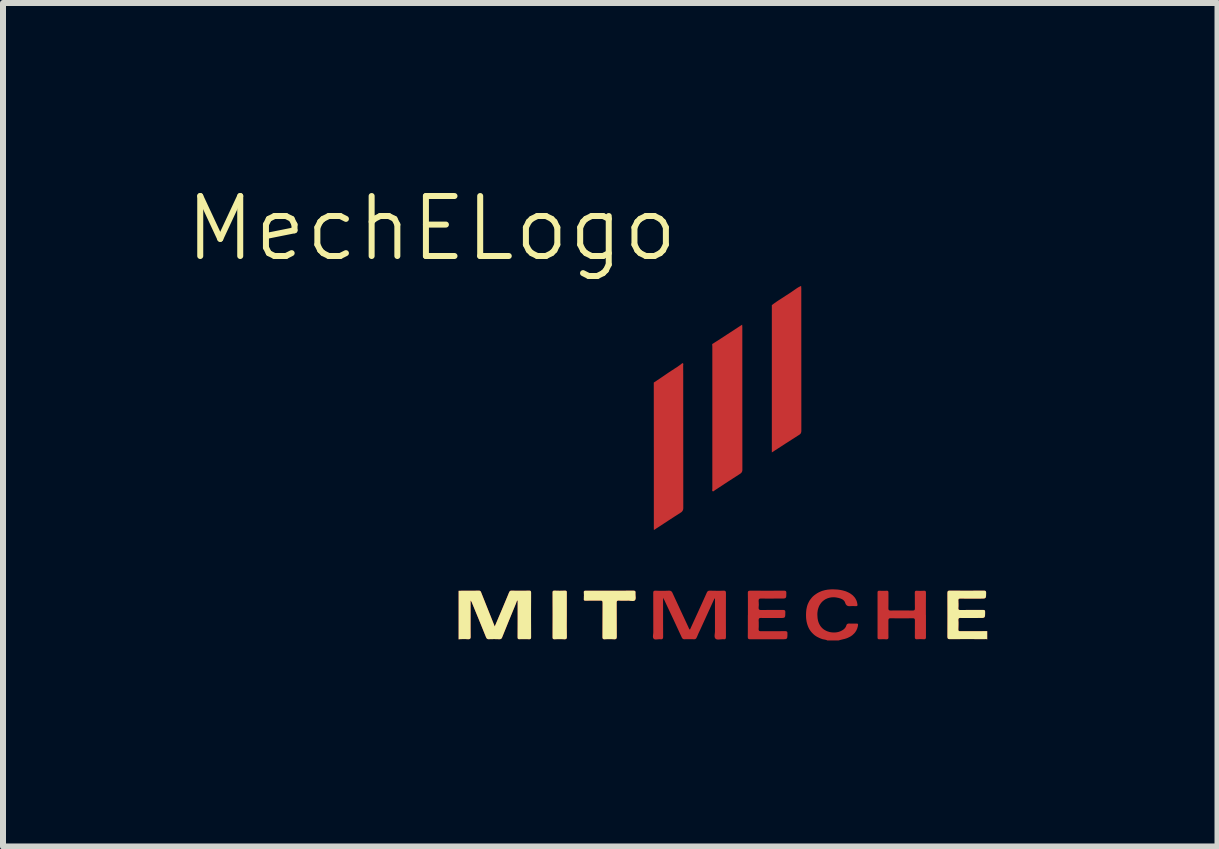
<source format=kicad_pcb>
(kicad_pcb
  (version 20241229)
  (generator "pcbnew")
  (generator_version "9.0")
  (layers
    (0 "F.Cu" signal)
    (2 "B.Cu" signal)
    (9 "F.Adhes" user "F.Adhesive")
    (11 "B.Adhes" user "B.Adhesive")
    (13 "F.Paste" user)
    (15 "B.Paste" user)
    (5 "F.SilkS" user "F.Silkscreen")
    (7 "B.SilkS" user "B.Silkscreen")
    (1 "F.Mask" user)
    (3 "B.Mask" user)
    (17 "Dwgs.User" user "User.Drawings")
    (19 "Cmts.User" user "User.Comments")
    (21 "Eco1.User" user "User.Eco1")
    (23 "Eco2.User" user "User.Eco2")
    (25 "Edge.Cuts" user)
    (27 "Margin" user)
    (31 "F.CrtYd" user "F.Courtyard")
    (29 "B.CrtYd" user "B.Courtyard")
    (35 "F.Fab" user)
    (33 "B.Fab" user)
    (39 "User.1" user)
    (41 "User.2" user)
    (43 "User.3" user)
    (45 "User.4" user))
  (footprint "MechELogo"
    (layer "F.Cu")
    (at 4.145 1.26)
    (property "Reference" "MechELogo" (at 0 -0.5 0) (unlocked yes) (layer "F.SilkS") (effects (font (size 1 1) (thickness 0.1))))
    (fp_poly (pts (xy 0.45 5.538) (xy 0.45 5.538) (xy 0.45 5.537)) (stroke (width 0) (type solid)) (fill yes) (layer "F.Cu"))
    (fp_poly (pts (xy 4.179 1.743) (xy 4.179 1.743) (xy 4.179 1.743)) (stroke (width 0) (type solid)) (fill yes) (layer "F.Cu"))
    (fp_poly (pts (xy 5.176 1.102) (xy 5.176 1.102) (xy 5.176 1.102)) (stroke (width 0) (type solid)) (fill yes) (layer "F.Cu"))
    (fp_poly (pts (xy 6.16 0.462) (xy 6.16 0.468) (xy 6.161 0.48) (xy 6.161 0.486) (xy 6.162 0.491) (xy 6.162 0.497) (xy 6.162 0.503) (xy 6.163 2.87) (xy 6.163 2.876) (xy 6.162 2.882) (xy 6.162 2.887) (xy 6.161 2.892) (xy 6.16 2.897) (xy 6.158 2.901) (xy 6.157 2.906) (xy 6.155 2.91) (xy 6.153 2.914) (xy 6.15 2.918) (xy 6.147 2.922) (xy 6.143 2.925) (xy 6.14 2.929) (xy 6.136 2.932) (xy 6.131 2.936) (xy 6.126 2.939) (xy 6.012 3.012) (xy 5.898 3.085) (xy 5.671 3.232) (xy 5.671 0.776) (xy 5.71 0.747) (xy 5.75 0.719) (xy 5.79 0.692) (xy 5.831 0.666) (xy 5.912 0.613) (xy 5.953 0.587) (xy 5.994 0.56) (xy 6.074 0.504) (xy 6.094 0.491) (xy 6.105 0.484) (xy 6.115 0.478) (xy 6.126 0.472) (xy 6.137 0.467) (xy 6.148 0.461) (xy 6.159 0.456)) (stroke (width 0) (type solid)) (fill yes) (layer "F.Cu"))
    (fp_poly (pts (xy 4.181 1.744) (xy 4.183 1.744) (xy 4.185 1.745) (xy 4.187 1.746) (xy 4.188 1.747) (xy 4.189 1.747) (xy 4.191 1.748) (xy 4.192 1.749) (xy 4.193 1.751) (xy 4.193 1.752) (xy 4.194 1.753) (xy 4.194 1.754) (xy 4.195 1.755) (xy 4.195 1.757) (xy 4.195 1.758) (xy 4.195 1.759) (xy 4.195 1.761) (xy 4.195 1.762) (xy 4.195 1.765) (xy 4.195 1.768) (xy 4.195 1.771) (xy 4.194 1.776) (xy 4.193 1.779) (xy 4.193 1.78) (xy 4.193 1.781) (xy 4.194 1.945) (xy 4.194 2.109) (xy 4.195 4.155) (xy 4.195 4.162) (xy 4.194 4.169) (xy 4.194 4.176) (xy 4.192 4.182) (xy 4.191 4.187) (xy 4.189 4.193) (xy 4.187 4.198) (xy 4.184 4.203) (xy 4.181 4.208) (xy 4.178 4.212) (xy 4.174 4.217) (xy 4.17 4.221) (xy 4.166 4.225) (xy 4.161 4.229) (xy 4.155 4.233) (xy 4.149 4.237) (xy 4.046 4.303) (xy 3.943 4.37) (xy 3.738 4.504) (xy 3.736 4.506) (xy 3.734 4.507) (xy 3.73 4.51) (xy 3.726 4.513) (xy 3.724 4.514) (xy 3.722 4.515) (xy 3.72 4.517) (xy 3.718 4.518) (xy 3.716 4.519) (xy 3.714 4.52) (xy 3.712 4.52) (xy 3.711 4.521) (xy 3.71 4.521) (xy 3.709 4.521) (xy 3.708 4.521) (xy 3.706 4.522) (xy 3.705 4.522) (xy 3.704 4.522) (xy 3.704 3.428) (xy 3.703 2.067) (xy 3.817 1.991) (xy 3.873 1.953) (xy 3.93 1.914) (xy 3.961 1.893) (xy 3.993 1.872) (xy 4.056 1.831) (xy 4.088 1.811) (xy 4.119 1.789) (xy 4.15 1.767) (xy 4.165 1.755) (xy 4.179 1.743)) (stroke (width 0) (type solid)) (fill yes) (layer "F.Cu"))
    (fp_poly (pts (xy 5.177 1.114) (xy 5.178 1.126) (xy 5.178 1.132) (xy 5.179 1.137) (xy 5.179 1.143) (xy 5.179 1.149) (xy 5.18 3.516) (xy 5.18 3.523) (xy 5.18 3.529) (xy 5.179 3.534) (xy 5.178 3.54) (xy 5.177 3.545) (xy 5.175 3.549) (xy 5.173 3.554) (xy 5.171 3.558) (xy 5.169 3.563) (xy 5.166 3.567) (xy 5.163 3.571) (xy 5.159 3.574) (xy 5.155 3.578) (xy 5.151 3.582) (xy 5.146 3.585) (xy 5.141 3.589) (xy 5.037 3.656) (xy 4.933 3.723) (xy 4.726 3.859) (xy 4.723 3.86) (xy 4.721 3.862) (xy 4.719 3.864) (xy 4.716 3.866) (xy 4.711 3.87) (xy 4.709 3.872) (xy 4.706 3.874) (xy 4.704 3.876) (xy 4.703 3.877) (xy 4.701 3.877) (xy 4.7 3.878) (xy 4.699 3.879) (xy 4.698 3.879) (xy 4.696 3.879) (xy 4.695 3.88) (xy 4.694 3.88) (xy 4.692 3.88) (xy 4.691 3.88) (xy 4.69 3.88) (xy 4.688 3.88) (xy 4.687 3.879) (xy 4.686 3.879) (xy 4.684 3.878) (xy 4.683 3.877) (xy 4.682 3.876) (xy 4.681 3.875) (xy 4.68 3.874) (xy 4.679 3.873) (xy 4.679 3.872) (xy 4.678 3.871) (xy 4.678 3.869) (xy 4.677 3.868) (xy 4.677 3.867) (xy 4.677 3.865) (xy 4.677 3.864) (xy 4.677 3.863) (xy 4.677 3.86) (xy 4.677 3.857) (xy 4.677 3.853) (xy 4.678 3.847) (xy 4.679 3.841) (xy 4.679 3.838) (xy 4.679 3.835) (xy 4.679 1.481) (xy 4.679 1.474) (xy 4.679 1.467) (xy 4.678 1.453) (xy 4.677 1.425) (xy 4.719 1.399) (xy 4.739 1.386) (xy 4.76 1.373) (xy 5.176 1.102)) (stroke (width 0) (type solid)) (fill yes) (layer "F.Cu"))
    (fp_poly (pts (xy 2.23 5.536) (xy 2.232 5.536) (xy 2.234 5.537) (xy 2.235 5.537) (xy 2.237 5.537) (xy 2.239 5.537) (xy 2.24 5.538) (xy 2.241 5.538) (xy 2.243 5.539) (xy 2.244 5.54) (xy 2.245 5.54) (xy 2.246 5.541) (xy 2.247 5.542) (xy 2.248 5.543) (xy 2.249 5.544) (xy 2.249 5.545) (xy 2.25 5.546) (xy 2.251 5.547) (xy 2.251 5.549) (xy 2.252 5.55) (xy 2.252 5.551) (xy 2.252 5.553) (xy 2.253 5.555) (xy 2.253 5.556) (xy 2.253 5.56) (xy 2.253 5.564) (xy 2.253 5.568) (xy 2.253 5.755) (xy 2.253 5.942) (xy 2.252 6.123) (xy 2.253 6.213) (xy 2.254 6.304) (xy 2.254 6.31) (xy 2.254 6.316) (xy 2.253 6.318) (xy 2.253 6.321) (xy 2.253 6.323) (xy 2.252 6.325) (xy 2.252 6.327) (xy 2.251 6.329) (xy 2.25 6.331) (xy 2.249 6.333) (xy 2.248 6.334) (xy 2.247 6.336) (xy 2.246 6.337) (xy 2.245 6.338) (xy 2.243 6.34) (xy 2.242 6.341) (xy 2.24 6.342) (xy 2.239 6.342) (xy 2.237 6.343) (xy 2.235 6.344) (xy 2.233 6.344) (xy 2.231 6.345) (xy 2.229 6.345) (xy 2.227 6.345) (xy 2.222 6.346) (xy 2.216 6.346) (xy 2.211 6.346) (xy 2.191 6.345) (xy 2.171 6.344) (xy 2.151 6.344) (xy 2.131 6.344) (xy 2.091 6.344) (xy 2.051 6.346) (xy 2.047 6.346) (xy 2.043 6.345) (xy 2.039 6.345) (xy 2.035 6.345) (xy 2.034 6.344) (xy 2.032 6.344) (xy 2.031 6.343) (xy 2.029 6.343) (xy 2.028 6.342) (xy 2.027 6.342) (xy 2.025 6.341) (xy 2.024 6.34) (xy 2.023 6.339) (xy 2.022 6.338) (xy 2.022 6.337) (xy 2.021 6.336) (xy 2.02 6.334) (xy 2.019 6.333) (xy 2.019 6.332) (xy 2.018 6.33) (xy 2.018 6.328) (xy 2.017 6.326) (xy 2.017 6.325) (xy 2.017 6.322) (xy 2.016 6.32) (xy 2.016 6.318) (xy 2.016 6.313) (xy 2.017 5.941) (xy 2.016 5.568) (xy 2.016 5.564) (xy 2.016 5.56) (xy 2.017 5.557) (xy 2.017 5.554) (xy 2.018 5.552) (xy 2.018 5.551) (xy 2.018 5.549) (xy 2.019 5.548) (xy 2.019 5.547) (xy 2.02 5.545) (xy 2.021 5.544) (xy 2.022 5.543) (xy 2.022 5.542) (xy 2.023 5.542) (xy 2.024 5.541) (xy 2.026 5.54) (xy 2.027 5.539) (xy 2.028 5.539) (xy 2.029 5.538) (xy 2.031 5.538) (xy 2.032 5.537) (xy 2.034 5.537) (xy 2.036 5.537) (xy 2.038 5.536) (xy 2.04 5.536) (xy 2.042 5.536) (xy 2.047 5.536) (xy 2.091 5.537) (xy 2.135 5.538) (xy 2.179 5.537) (xy 2.223 5.536) (xy 2.228 5.536)) (stroke (width 0) (type solid)) (fill yes) (layer "F.Cu"))
    (fp_poly (pts (xy 3.364 5.536) (xy 3.368 5.536) (xy 3.373 5.537) (xy 3.377 5.537) (xy 3.381 5.538) (xy 3.383 5.538) (xy 3.384 5.539) (xy 3.386 5.54) (xy 3.387 5.54) (xy 3.389 5.541) (xy 3.39 5.542) (xy 3.391 5.543) (xy 3.392 5.544) (xy 3.393 5.545) (xy 3.394 5.547) (xy 3.395 5.548) (xy 3.396 5.55) (xy 3.396 5.551) (xy 3.397 5.553) (xy 3.398 5.555) (xy 3.398 5.557) (xy 3.398 5.56) (xy 3.398 5.562) (xy 3.398 5.564) (xy 3.398 5.567) (xy 3.398 5.57) (xy 3.398 5.573) (xy 3.398 5.581) (xy 3.397 5.589) (xy 3.398 5.597) (xy 3.398 5.606) (xy 3.4 5.639) (xy 3.401 5.647) (xy 3.401 5.655) (xy 3.4 5.663) (xy 3.4 5.67) (xy 3.398 5.677) (xy 3.397 5.68) (xy 3.396 5.683) (xy 3.395 5.686) (xy 3.394 5.688) (xy 3.392 5.691) (xy 3.39 5.694) (xy 3.388 5.696) (xy 3.386 5.698) (xy 3.383 5.7) (xy 3.38 5.702) (xy 3.378 5.703) (xy 3.375 5.704) (xy 3.371 5.705) (xy 3.368 5.706) (xy 3.365 5.707) (xy 3.361 5.707) (xy 3.354 5.708) (xy 3.346 5.708) (xy 3.338 5.707) (xy 3.329 5.706) (xy 3.321 5.706) (xy 3.304 5.704) (xy 3.295 5.703) (xy 3.287 5.702) (xy 3.279 5.702) (xy 3.271 5.702) (xy 3.234 5.703) (xy 3.198 5.703) (xy 3.179 5.703) (xy 3.161 5.703) (xy 3.143 5.702) (xy 3.124 5.701) (xy 3.119 5.701) (xy 3.114 5.701) (xy 3.109 5.701) (xy 3.107 5.702) (xy 3.105 5.702) (xy 3.103 5.702) (xy 3.101 5.703) (xy 3.099 5.703) (xy 3.098 5.704) (xy 3.096 5.705) (xy 3.095 5.706) (xy 3.093 5.707) (xy 3.092 5.708) (xy 3.091 5.709) (xy 3.09 5.71) (xy 3.089 5.712) (xy 3.088 5.713) (xy 3.087 5.715) (xy 3.087 5.716) (xy 3.086 5.718) (xy 3.086 5.72) (xy 3.085 5.722) (xy 3.085 5.724) (xy 3.084 5.727) (xy 3.084 5.729) (xy 3.084 5.735) (xy 3.084 5.741) (xy 3.086 6.301) (xy 3.086 6.307) (xy 3.085 6.313) (xy 3.085 6.318) (xy 3.084 6.321) (xy 3.084 6.323) (xy 3.083 6.325) (xy 3.083 6.327) (xy 3.082 6.329) (xy 3.081 6.331) (xy 3.08 6.333) (xy 3.079 6.334) (xy 3.078 6.336) (xy 3.077 6.337) (xy 3.076 6.339) (xy 3.074 6.34) (xy 3.073 6.341) (xy 3.071 6.342) (xy 3.069 6.343) (xy 3.067 6.343) (xy 3.065 6.344) (xy 3.063 6.345) (xy 3.061 6.345) (xy 3.058 6.345) (xy 3.056 6.346) (xy 3.053 6.346) (xy 3.047 6.346) (xy 3.041 6.346) (xy 3.021 6.345) (xy 3.002 6.344) (xy 2.983 6.344) (xy 2.963 6.344) (xy 2.944 6.344) (xy 2.925 6.344) (xy 2.905 6.345) (xy 2.886 6.346) (xy 2.88 6.346) (xy 2.878 6.346) (xy 2.875 6.346) (xy 2.873 6.346) (xy 2.871 6.345) (xy 2.869 6.345) (xy 2.867 6.345) (xy 2.865 6.344) (xy 2.863 6.343) (xy 2.862 6.343) (xy 2.86 6.342) (xy 2.859 6.341) (xy 2.857 6.34) (xy 2.856 6.339) (xy 2.855 6.338) (xy 2.854 6.337) (xy 2.853 6.336) (xy 2.853 6.334) (xy 2.852 6.333) (xy 2.851 6.331) (xy 2.851 6.329) (xy 2.85 6.328) (xy 2.85 6.326) (xy 2.849 6.324) (xy 2.849 6.322) (xy 2.848 6.317) (xy 2.848 6.312) (xy 2.848 6.307) (xy 2.85 5.739) (xy 2.849 5.733) (xy 2.849 5.728) (xy 2.849 5.726) (xy 2.849 5.724) (xy 2.848 5.722) (xy 2.848 5.72) (xy 2.847 5.718) (xy 2.847 5.716) (xy 2.846 5.714) (xy 2.845 5.713) (xy 2.845 5.712) (xy 2.844 5.71) (xy 2.843 5.709) (xy 2.842 5.708) (xy 2.84 5.707) (xy 2.839 5.706) (xy 2.838 5.705) (xy 2.837 5.705) (xy 2.835 5.704) (xy 2.833 5.704) (xy 2.832 5.703) (xy 2.83 5.703) (xy 2.828 5.702) (xy 2.826 5.702) (xy 2.822 5.702) (xy 2.817 5.701) (xy 2.811 5.702) (xy 2.75 5.702) (xy 2.689 5.702) (xy 2.627 5.702) (xy 2.566 5.703) (xy 2.562 5.703) (xy 2.558 5.703) (xy 2.556 5.702) (xy 2.554 5.702) (xy 2.553 5.702) (xy 2.551 5.702) (xy 2.55 5.701) (xy 2.549 5.701) (xy 2.547 5.7) (xy 2.546 5.7) (xy 2.545 5.699) (xy 2.544 5.698) (xy 2.543 5.698) (xy 2.542 5.697) (xy 2.542 5.696) (xy 2.541 5.695) (xy 2.54 5.694) (xy 2.54 5.693) (xy 2.539 5.692) (xy 2.539 5.691) (xy 2.538 5.689) (xy 2.538 5.688) (xy 2.538 5.686) (xy 2.537 5.685) (xy 2.537 5.683) (xy 2.537 5.682) (xy 2.537 5.678) (xy 2.537 5.674) (xy 2.538 5.661) (xy 2.538 5.647) (xy 2.538 5.634) (xy 2.539 5.62) (xy 2.539 5.607) (xy 2.538 5.593) (xy 2.538 5.58) (xy 2.537 5.566) (xy 2.537 5.564) (xy 2.537 5.562) (xy 2.537 5.559) (xy 2.537 5.557) (xy 2.537 5.556) (xy 2.537 5.554) (xy 2.538 5.552) (xy 2.538 5.551) (xy 2.539 5.549) (xy 2.539 5.548) (xy 2.54 5.546) (xy 2.541 5.545) (xy 2.541 5.544) (xy 2.542 5.543) (xy 2.543 5.542) (xy 2.544 5.542) (xy 2.545 5.541) (xy 2.546 5.54) (xy 2.548 5.54) (xy 2.549 5.539) (xy 2.55 5.539) (xy 2.552 5.538) (xy 2.553 5.538) (xy 2.555 5.538) (xy 2.558 5.537) (xy 2.561 5.537) (xy 2.565 5.537) (xy 2.569 5.537) (xy 2.768 5.537) (xy 2.966 5.537) (xy 2.966 5.537) (xy 3.162 5.537) (xy 3.359 5.536)) (stroke (width 0) (type solid)) (fill yes) (layer "F.Cu"))
    (fp_poly (pts (xy 1.335 5.536) (xy 1.408 5.537) (xy 1.48 5.537) (xy 1.552 5.537) (xy 1.625 5.536) (xy 1.629 5.536) (xy 1.632 5.536) (xy 1.634 5.536) (xy 1.636 5.536) (xy 1.638 5.537) (xy 1.64 5.537) (xy 1.641 5.537) (xy 1.643 5.538) (xy 1.644 5.538) (xy 1.646 5.539) (xy 1.647 5.54) (xy 1.648 5.54) (xy 1.649 5.541) (xy 1.65 5.542) (xy 1.651 5.543) (xy 1.652 5.544) (xy 1.653 5.545) (xy 1.654 5.547) (xy 1.654 5.548) (xy 1.655 5.549) (xy 1.655 5.551) (xy 1.656 5.552) (xy 1.656 5.554) (xy 1.657 5.556) (xy 1.657 5.557) (xy 1.657 5.561) (xy 1.658 5.566) (xy 1.658 5.57) (xy 1.657 5.941) (xy 1.658 6.312) (xy 1.658 6.317) (xy 1.657 6.321) (xy 1.657 6.323) (xy 1.657 6.325) (xy 1.656 6.327) (xy 1.656 6.329) (xy 1.655 6.33) (xy 1.655 6.332) (xy 1.654 6.333) (xy 1.653 6.335) (xy 1.653 6.336) (xy 1.652 6.337) (xy 1.651 6.338) (xy 1.65 6.339) (xy 1.649 6.34) (xy 1.648 6.341) (xy 1.646 6.342) (xy 1.645 6.342) (xy 1.644 6.343) (xy 1.642 6.343) (xy 1.641 6.344) (xy 1.639 6.344) (xy 1.637 6.345) (xy 1.636 6.345) (xy 1.632 6.345) (xy 1.628 6.345) (xy 1.623 6.345) (xy 1.584 6.344) (xy 1.545 6.344) (xy 1.526 6.344) (xy 1.506 6.344) (xy 1.487 6.344) (xy 1.468 6.345) (xy 1.465 6.345) (xy 1.462 6.345) (xy 1.46 6.345) (xy 1.457 6.345) (xy 1.455 6.345) (xy 1.453 6.345) (xy 1.451 6.344) (xy 1.449 6.344) (xy 1.448 6.343) (xy 1.446 6.343) (xy 1.445 6.342) (xy 1.443 6.341) (xy 1.442 6.34) (xy 1.441 6.339) (xy 1.44 6.338) (xy 1.439 6.337) (xy 1.438 6.336) (xy 1.437 6.335) (xy 1.437 6.333) (xy 1.436 6.332) (xy 1.435 6.33) (xy 1.435 6.329) (xy 1.434 6.327) (xy 1.434 6.325) (xy 1.434 6.322) (xy 1.433 6.317) (xy 1.433 6.313) (xy 1.433 6.308) (xy 1.434 6.013) (xy 1.434 5.717) (xy 1.434 5.698) (xy 1.432 5.699) (xy 1.43 5.7) (xy 1.429 5.702) (xy 1.428 5.703) (xy 1.426 5.704) (xy 1.425 5.705) (xy 1.424 5.706) (xy 1.423 5.708) (xy 1.422 5.709) (xy 1.421 5.71) (xy 1.419 5.713) (xy 1.418 5.716) (xy 1.417 5.719) (xy 1.415 5.722) (xy 1.414 5.725) (xy 1.412 5.731) (xy 1.411 5.736) (xy 1.41 5.739) (xy 1.409 5.742) (xy 1.292 6.026) (xy 1.177 6.31) (xy 1.175 6.315) (xy 1.174 6.319) (xy 1.172 6.323) (xy 1.169 6.326) (xy 1.168 6.328) (xy 1.167 6.33) (xy 1.166 6.331) (xy 1.165 6.333) (xy 1.163 6.334) (xy 1.162 6.335) (xy 1.161 6.336) (xy 1.159 6.337) (xy 1.158 6.338) (xy 1.156 6.339) (xy 1.155 6.34) (xy 1.153 6.341) (xy 1.152 6.342) (xy 1.15 6.342) (xy 1.148 6.343) (xy 1.146 6.344) (xy 1.144 6.344) (xy 1.142 6.344) (xy 1.14 6.345) (xy 1.138 6.345) (xy 1.136 6.345) (xy 1.133 6.345) (xy 1.128 6.345) (xy 1.085 6.344) (xy 1.042 6.343) (xy 0.999 6.344) (xy 0.977 6.344) (xy 0.956 6.345) (xy 0.951 6.345) (xy 0.946 6.345) (xy 0.944 6.345) (xy 0.941 6.344) (xy 0.939 6.344) (xy 0.937 6.343) (xy 0.936 6.343) (xy 0.934 6.342) (xy 0.932 6.342) (xy 0.93 6.341) (xy 0.929 6.34) (xy 0.927 6.339) (xy 0.926 6.338) (xy 0.924 6.337) (xy 0.923 6.336) (xy 0.921 6.335) (xy 0.92 6.334) (xy 0.919 6.332) (xy 0.917 6.329) (xy 0.914 6.326) (xy 0.912 6.322) (xy 0.91 6.319) (xy 0.908 6.315) (xy 0.906 6.31) (xy 0.791 6.026) (xy 0.674 5.742) (xy 0.672 5.737) (xy 0.67 5.731) (xy 0.667 5.726) (xy 0.666 5.724) (xy 0.665 5.721) (xy 0.663 5.718) (xy 0.661 5.716) (xy 0.66 5.713) (xy 0.658 5.711) (xy 0.656 5.708) (xy 0.654 5.706) (xy 0.651 5.703) (xy 0.649 5.701) (xy 0.649 5.783) (xy 0.649 6.042) (xy 0.649 6.171) (xy 0.65 6.301) (xy 0.65 6.307) (xy 0.65 6.313) (xy 0.649 6.316) (xy 0.649 6.319) (xy 0.649 6.321) (xy 0.648 6.324) (xy 0.648 6.326) (xy 0.647 6.328) (xy 0.646 6.33) (xy 0.645 6.331) (xy 0.644 6.333) (xy 0.643 6.335) (xy 0.642 6.336) (xy 0.641 6.337) (xy 0.639 6.338) (xy 0.638 6.34) (xy 0.636 6.34) (xy 0.635 6.341) (xy 0.633 6.342) (xy 0.631 6.343) (xy 0.629 6.343) (xy 0.627 6.344) (xy 0.624 6.344) (xy 0.622 6.345) (xy 0.617 6.345) (xy 0.611 6.345) (xy 0.605 6.345) (xy 0.566 6.343) (xy 0.547 6.343) (xy 0.527 6.343) (xy 0.508 6.343) (xy 0.489 6.344) (xy 0.479 6.344) (xy 0.469 6.345) (xy 0.459 6.346) (xy 0.45 6.348) (xy 0.45 5.538) (xy 0.618 5.537) (xy 0.702 5.537) (xy 0.786 5.536) (xy 0.789 5.536) (xy 0.791 5.536) (xy 0.793 5.536) (xy 0.795 5.536) (xy 0.797 5.537) (xy 0.799 5.537) (xy 0.801 5.538) (xy 0.803 5.538) (xy 0.805 5.539) (xy 0.806 5.54) (xy 0.808 5.54) (xy 0.809 5.541) (xy 0.811 5.542) (xy 0.812 5.543) (xy 0.813 5.544) (xy 0.814 5.545) (xy 0.815 5.547) (xy 0.816 5.548) (xy 0.818 5.55) (xy 0.82 5.553) (xy 0.822 5.556) (xy 0.823 5.559) (xy 0.825 5.563) (xy 0.827 5.569) (xy 1.037 6.096) (xy 1.04 6.103) (xy 1.043 6.112) (xy 1.052 6.133) (xy 1.149 5.905) (xy 1.22 5.736) (xy 1.256 5.65) (xy 1.291 5.565) (xy 1.293 5.561) (xy 1.295 5.558) (xy 1.297 5.554) (xy 1.297 5.553) (xy 1.298 5.551) (xy 1.3 5.55) (xy 1.301 5.548) (xy 1.302 5.547) (xy 1.303 5.546) (xy 1.304 5.545) (xy 1.305 5.544) (xy 1.306 5.543) (xy 1.308 5.542) (xy 1.309 5.541) (xy 1.31 5.54) (xy 1.312 5.54) (xy 1.313 5.539) (xy 1.315 5.538) (xy 1.316 5.538) (xy 1.318 5.537) (xy 1.32 5.537) (xy 1.321 5.537) (xy 1.323 5.536) (xy 1.327 5.536) (xy 1.331 5.536)) (stroke (width 0) (type solid)) (fill yes) (layer "F.Cu"))
    (fp_poly (pts (xy 9.209 5.536) (xy 9.214 5.536) (xy 9.217 5.536) (xy 9.219 5.537) (xy 9.221 5.537) (xy 9.223 5.537) (xy 9.225 5.538) (xy 9.227 5.539) (xy 9.229 5.539) (xy 9.23 5.54) (xy 9.232 5.541) (xy 9.233 5.542) (xy 9.235 5.543) (xy 9.236 5.544) (xy 9.237 5.545) (xy 9.238 5.547) (xy 9.239 5.548) (xy 9.239 5.55) (xy 9.24 5.551) (xy 9.241 5.553) (xy 9.241 5.555) (xy 9.242 5.557) (xy 9.242 5.559) (xy 9.242 5.561) (xy 9.243 5.566) (xy 9.243 5.571) (xy 9.243 5.577) (xy 9.242 5.607) (xy 9.242 5.619) (xy 9.241 5.629) (xy 9.24 5.634) (xy 9.239 5.638) (xy 9.238 5.642) (xy 9.237 5.645) (xy 9.236 5.649) (xy 9.235 5.651) (xy 9.233 5.654) (xy 9.231 5.656) (xy 9.229 5.658) (xy 9.226 5.66) (xy 9.223 5.662) (xy 9.22 5.663) (xy 9.216 5.664) (xy 9.213 5.665) (xy 9.208 5.666) (xy 9.204 5.666) (xy 9.193 5.667) (xy 9.181 5.667) (xy 9.151 5.668) (xy 8.982 5.668) (xy 8.898 5.668) (xy 8.814 5.667) (xy 8.809 5.667) (xy 8.805 5.667) (xy 8.801 5.668) (xy 8.799 5.668) (xy 8.797 5.668) (xy 8.796 5.669) (xy 8.794 5.669) (xy 8.793 5.67) (xy 8.791 5.671) (xy 8.79 5.671) (xy 8.789 5.672) (xy 8.788 5.673) (xy 8.787 5.674) (xy 8.786 5.675) (xy 8.785 5.676) (xy 8.784 5.677) (xy 8.783 5.678) (xy 8.783 5.68) (xy 8.782 5.681) (xy 8.782 5.683) (xy 8.781 5.684) (xy 8.781 5.686) (xy 8.781 5.688) (xy 8.78 5.69) (xy 8.78 5.692) (xy 8.78 5.696) (xy 8.78 5.701) (xy 8.781 5.716) (xy 8.781 5.732) (xy 8.782 5.748) (xy 8.782 5.763) (xy 8.782 5.779) (xy 8.782 5.794) (xy 8.781 5.81) (xy 8.78 5.826) (xy 8.78 5.828) (xy 8.78 5.831) (xy 8.78 5.833) (xy 8.78 5.835) (xy 8.78 5.837) (xy 8.781 5.839) (xy 8.781 5.841) (xy 8.781 5.843) (xy 8.782 5.844) (xy 8.782 5.846) (xy 8.783 5.847) (xy 8.784 5.848) (xy 8.785 5.849) (xy 8.785 5.851) (xy 8.786 5.852) (xy 8.787 5.852) (xy 8.788 5.853) (xy 8.79 5.854) (xy 8.791 5.855) (xy 8.792 5.855) (xy 8.794 5.856) (xy 8.795 5.856) (xy 8.797 5.857) (xy 8.798 5.857) (xy 8.802 5.857) (xy 8.806 5.858) (xy 8.81 5.858) (xy 8.815 5.858) (xy 9.19 5.857) (xy 9.195 5.857) (xy 9.2 5.857) (xy 9.204 5.858) (xy 9.206 5.858) (xy 9.208 5.858) (xy 9.209 5.859) (xy 9.211 5.859) (xy 9.213 5.86) (xy 9.214 5.861) (xy 9.215 5.861) (xy 9.217 5.862) (xy 9.218 5.863) (xy 9.219 5.864) (xy 9.22 5.865) (xy 9.221 5.866) (xy 9.221 5.867) (xy 9.222 5.869) (xy 9.223 5.87) (xy 9.223 5.872) (xy 9.224 5.873) (xy 9.224 5.875) (xy 9.225 5.877) (xy 9.225 5.879) (xy 9.226 5.883) (xy 9.226 5.888) (xy 9.226 5.893) (xy 9.226 5.925) (xy 9.225 5.939) (xy 9.225 5.95) (xy 9.224 5.955) (xy 9.223 5.959) (xy 9.222 5.964) (xy 9.221 5.967) (xy 9.22 5.971) (xy 9.218 5.974) (xy 9.216 5.977) (xy 9.214 5.979) (xy 9.212 5.981) (xy 9.209 5.983) (xy 9.206 5.985) (xy 9.203 5.986) (xy 9.199 5.987) (xy 9.195 5.988) (xy 9.19 5.989) (xy 9.185 5.99) (xy 9.174 5.991) (xy 9.161 5.991) (xy 9.128 5.991) (xy 8.973 5.992) (xy 8.895 5.992) (xy 8.817 5.991) (xy 8.812 5.991) (xy 8.808 5.991) (xy 8.804 5.992) (xy 8.8 5.992) (xy 8.798 5.993) (xy 8.796 5.993) (xy 8.795 5.994) (xy 8.793 5.994) (xy 8.792 5.995) (xy 8.791 5.996) (xy 8.789 5.997) (xy 8.788 5.997) (xy 8.787 5.998) (xy 8.786 6) (xy 8.785 6.001) (xy 8.784 6.002) (xy 8.783 6.004) (xy 8.783 6.005) (xy 8.782 6.007) (xy 8.782 6.008) (xy 8.781 6.01) (xy 8.781 6.012) (xy 8.781 6.014) (xy 8.78 6.016) (xy 8.78 6.019) (xy 8.78 6.021) (xy 8.78 6.026) (xy 8.781 6.046) (xy 8.782 6.065) (xy 8.782 6.085) (xy 8.782 6.104) (xy 8.781 6.143) (xy 8.78 6.181) (xy 8.78 6.184) (xy 8.78 6.186) (xy 8.78 6.188) (xy 8.78 6.19) (xy 8.781 6.192) (xy 8.781 6.194) (xy 8.781 6.196) (xy 8.782 6.197) (xy 8.782 6.199) (xy 8.783 6.2) (xy 8.783 6.201) (xy 8.784 6.202) (xy 8.785 6.204) (xy 8.785 6.205) (xy 8.786 6.206) (xy 8.787 6.206) (xy 8.788 6.207) (xy 8.789 6.208) (xy 8.791 6.209) (xy 8.792 6.209) (xy 8.793 6.21) (xy 8.794 6.21) (xy 8.796 6.21) (xy 8.797 6.211) (xy 8.801 6.211) (xy 8.804 6.212) (xy 8.808 6.212) (xy 8.812 6.212) (xy 9.261 6.211) (xy 9.261 6.349) (xy 9.261 6.348) (xy 9.26 6.348) (xy 9.258 6.347) (xy 9.257 6.346) (xy 9.256 6.346) (xy 9.253 6.345) (xy 9.25 6.344) (xy 9.247 6.343) (xy 9.244 6.343) (xy 9.241 6.343) (xy 9.238 6.343) (xy 9.215 6.344) (xy 8.928 6.343) (xy 8.641 6.344) (xy 8.635 6.344) (xy 8.629 6.344) (xy 8.627 6.344) (xy 8.624 6.343) (xy 8.622 6.343) (xy 8.62 6.343) (xy 8.618 6.342) (xy 8.616 6.341) (xy 8.614 6.341) (xy 8.612 6.34) (xy 8.611 6.339) (xy 8.609 6.338) (xy 8.608 6.337) (xy 8.607 6.336) (xy 8.606 6.334) (xy 8.605 6.333) (xy 8.604 6.331) (xy 8.603 6.33) (xy 8.602 6.328) (xy 8.601 6.326) (xy 8.601 6.324) (xy 8.6 6.322) (xy 8.6 6.32) (xy 8.599 6.318) (xy 8.599 6.313) (xy 8.598 6.307) (xy 8.598 6.301) (xy 8.599 5.939) (xy 8.598 5.577) (xy 8.598 5.572) (xy 8.599 5.567) (xy 8.599 5.562) (xy 8.6 5.558) (xy 8.6 5.556) (xy 8.601 5.554) (xy 8.601 5.552) (xy 8.602 5.55) (xy 8.603 5.549) (xy 8.603 5.547) (xy 8.604 5.546) (xy 8.605 5.545) (xy 8.606 5.544) (xy 8.608 5.542) (xy 8.609 5.541) (xy 8.61 5.541) (xy 8.612 5.54) (xy 8.614 5.539) (xy 8.615 5.538) (xy 8.617 5.538) (xy 8.619 5.537) (xy 8.622 5.537) (xy 8.624 5.536) (xy 8.626 5.536) (xy 8.632 5.536) (xy 8.638 5.536) (xy 8.92 5.537) (xy 9.203 5.536)) (stroke (width 0) (type solid)) (fill yes) (layer "F.Cu"))
    (fp_poly (pts (xy 5.878 5.536) (xy 5.883 5.536) (xy 5.888 5.537) (xy 5.892 5.538) (xy 5.894 5.538) (xy 5.895 5.539) (xy 5.897 5.539) (xy 5.899 5.54) (xy 5.9 5.541) (xy 5.901 5.541) (xy 5.903 5.542) (xy 5.904 5.543) (xy 5.905 5.544) (xy 5.906 5.545) (xy 5.907 5.547) (xy 5.908 5.548) (xy 5.909 5.55) (xy 5.909 5.551) (xy 5.91 5.553) (xy 5.911 5.555) (xy 5.911 5.557) (xy 5.912 5.559) (xy 5.912 5.561) (xy 5.912 5.563) (xy 5.913 5.568) (xy 5.913 5.574) (xy 5.912 5.605) (xy 5.912 5.617) (xy 5.911 5.628) (xy 5.911 5.633) (xy 5.91 5.637) (xy 5.909 5.641) (xy 5.908 5.645) (xy 5.907 5.648) (xy 5.905 5.651) (xy 5.903 5.653) (xy 5.901 5.656) (xy 5.899 5.658) (xy 5.897 5.66) (xy 5.894 5.661) (xy 5.891 5.662) (xy 5.887 5.664) (xy 5.883 5.665) (xy 5.879 5.665) (xy 5.875 5.666) (xy 5.864 5.667) (xy 5.852 5.667) (xy 5.822 5.667) (xy 5.658 5.668) (xy 5.576 5.668) (xy 5.494 5.667) (xy 5.488 5.667) (xy 5.482 5.667) (xy 5.479 5.667) (xy 5.477 5.668) (xy 5.474 5.668) (xy 5.472 5.668) (xy 5.47 5.669) (xy 5.468 5.67) (xy 5.466 5.671) (xy 5.465 5.671) (xy 5.463 5.672) (xy 5.461 5.674) (xy 5.46 5.675) (xy 5.459 5.676) (xy 5.458 5.677) (xy 5.456 5.679) (xy 5.455 5.68) (xy 5.455 5.682) (xy 5.454 5.684) (xy 5.453 5.686) (xy 5.453 5.688) (xy 5.452 5.69) (xy 5.452 5.692) (xy 5.452 5.694) (xy 5.451 5.697) (xy 5.451 5.699) (xy 5.451 5.705) (xy 5.451 5.711) (xy 5.452 5.724) (xy 5.453 5.737) (xy 5.453 5.75) (xy 5.454 5.763) (xy 5.454 5.776) (xy 5.453 5.788) (xy 5.452 5.801) (xy 5.451 5.814) (xy 5.451 5.818) (xy 5.451 5.821) (xy 5.451 5.824) (xy 5.451 5.827) (xy 5.451 5.83) (xy 5.451 5.832) (xy 5.452 5.835) (xy 5.452 5.837) (xy 5.453 5.839) (xy 5.454 5.841) (xy 5.455 5.843) (xy 5.456 5.845) (xy 5.457 5.847) (xy 5.458 5.848) (xy 5.459 5.849) (xy 5.461 5.851) (xy 5.462 5.852) (xy 5.464 5.853) (xy 5.465 5.854) (xy 5.467 5.855) (xy 5.469 5.855) (xy 5.471 5.856) (xy 5.474 5.857) (xy 5.476 5.857) (xy 5.481 5.858) (xy 5.486 5.858) (xy 5.492 5.858) (xy 5.498 5.858) (xy 5.852 5.857) (xy 5.858 5.857) (xy 5.863 5.857) (xy 5.868 5.858) (xy 5.872 5.858) (xy 5.874 5.859) (xy 5.876 5.859) (xy 5.878 5.86) (xy 5.88 5.86) (xy 5.882 5.861) (xy 5.883 5.862) (xy 5.885 5.863) (xy 5.886 5.864) (xy 5.888 5.865) (xy 5.889 5.866) (xy 5.89 5.868) (xy 5.891 5.869) (xy 5.892 5.871) (xy 5.893 5.873) (xy 5.893 5.875) (xy 5.894 5.877) (xy 5.895 5.879) (xy 5.895 5.881) (xy 5.896 5.884) (xy 5.896 5.886) (xy 5.896 5.889) (xy 5.896 5.892) (xy 5.896 5.899) (xy 5.895 5.929) (xy 5.895 5.942) (xy 5.894 5.952) (xy 5.893 5.957) (xy 5.893 5.961) (xy 5.892 5.965) (xy 5.89 5.969) (xy 5.889 5.972) (xy 5.888 5.975) (xy 5.886 5.978) (xy 5.884 5.98) (xy 5.882 5.982) (xy 5.879 5.984) (xy 5.876 5.986) (xy 5.873 5.987) (xy 5.87 5.988) (xy 5.866 5.989) (xy 5.862 5.99) (xy 5.857 5.99) (xy 5.847 5.991) (xy 5.835 5.992) (xy 5.805 5.992) (xy 5.649 5.992) (xy 5.572 5.992) (xy 5.494 5.991) (xy 5.489 5.991) (xy 5.483 5.991) (xy 5.479 5.992) (xy 5.474 5.992) (xy 5.472 5.993) (xy 5.47 5.993) (xy 5.468 5.994) (xy 5.467 5.995) (xy 5.465 5.995) (xy 5.463 5.996) (xy 5.462 5.997) (xy 5.461 5.998) (xy 5.459 5.999) (xy 5.458 6.001) (xy 5.457 6.002) (xy 5.456 6.004) (xy 5.455 6.005) (xy 5.454 6.007) (xy 5.454 6.009) (xy 5.453 6.011) (xy 5.453 6.013) (xy 5.452 6.015) (xy 5.452 6.017) (xy 5.452 6.02) (xy 5.451 6.023) (xy 5.451 6.025) (xy 5.451 6.031) (xy 5.452 6.049) (xy 5.453 6.067) (xy 5.453 6.085) (xy 5.453 6.103) (xy 5.453 6.12) (xy 5.453 6.138) (xy 5.452 6.156) (xy 5.451 6.174) (xy 5.451 6.179) (xy 5.451 6.182) (xy 5.451 6.184) (xy 5.452 6.187) (xy 5.452 6.189) (xy 5.452 6.191) (xy 5.453 6.193) (xy 5.453 6.195) (xy 5.454 6.196) (xy 5.455 6.198) (xy 5.455 6.2) (xy 5.456 6.201) (xy 5.457 6.202) (xy 5.458 6.204) (xy 5.459 6.205) (xy 5.461 6.206) (xy 5.462 6.207) (xy 5.463 6.208) (xy 5.465 6.208) (xy 5.467 6.209) (xy 5.468 6.21) (xy 5.47 6.21) (xy 5.472 6.211) (xy 5.474 6.211) (xy 5.476 6.211) (xy 5.481 6.212) (xy 5.486 6.212) (xy 5.491 6.212) (xy 5.888 6.211) (xy 5.894 6.211) (xy 5.899 6.211) (xy 5.904 6.212) (xy 5.906 6.212) (xy 5.909 6.212) (xy 5.911 6.213) (xy 5.913 6.213) (xy 5.915 6.214) (xy 5.916 6.215) (xy 5.918 6.216) (xy 5.92 6.217) (xy 5.921 6.218) (xy 5.922 6.219) (xy 5.924 6.22) (xy 5.925 6.221) (xy 5.926 6.223) (xy 5.927 6.224) (xy 5.928 6.226) (xy 5.928 6.228) (xy 5.929 6.23) (xy 5.93 6.232) (xy 5.93 6.234) (xy 5.931 6.236) (xy 5.931 6.239) (xy 5.931 6.241) (xy 5.931 6.247) (xy 5.931 6.253) (xy 5.931 6.284) (xy 5.93 6.296) (xy 5.929 6.307) (xy 5.929 6.311) (xy 5.928 6.316) (xy 5.927 6.32) (xy 5.926 6.323) (xy 5.924 6.326) (xy 5.923 6.329) (xy 5.921 6.332) (xy 5.919 6.334) (xy 5.917 6.336) (xy 5.914 6.338) (xy 5.911 6.34) (xy 5.908 6.341) (xy 5.905 6.342) (xy 5.901 6.343) (xy 5.897 6.344) (xy 5.892 6.344) (xy 5.881 6.345) (xy 5.869 6.346) (xy 5.839 6.346) (xy 5.575 6.346) (xy 5.312 6.346) (xy 5.306 6.346) (xy 5.301 6.346) (xy 5.296 6.345) (xy 5.294 6.345) (xy 5.292 6.345) (xy 5.29 6.344) (xy 5.288 6.344) (xy 5.287 6.343) (xy 5.285 6.342) (xy 5.283 6.341) (xy 5.282 6.34) (xy 5.28 6.339) (xy 5.279 6.338) (xy 5.278 6.337) (xy 5.277 6.336) (xy 5.276 6.334) (xy 5.275 6.333) (xy 5.274 6.331) (xy 5.273 6.33) (xy 5.273 6.328) (xy 5.272 6.326) (xy 5.272 6.324) (xy 5.271 6.322) (xy 5.271 6.319) (xy 5.271 6.317) (xy 5.27 6.311) (xy 5.27 6.306) (xy 5.271 6.215) (xy 5.271 6.124) (xy 5.271 5.943) (xy 5.272 5.943) (xy 5.272 5.76) (xy 5.272 5.668) (xy 5.271 5.577) (xy 5.271 5.571) (xy 5.271 5.565) (xy 5.271 5.563) (xy 5.272 5.561) (xy 5.272 5.558) (xy 5.273 5.556) (xy 5.273 5.554) (xy 5.274 5.553) (xy 5.275 5.551) (xy 5.275 5.549) (xy 5.276 5.548) (xy 5.277 5.546) (xy 5.278 5.545) (xy 5.28 5.544) (xy 5.281 5.543) (xy 5.282 5.542) (xy 5.284 5.541) (xy 5.285 5.54) (xy 5.287 5.54) (xy 5.289 5.539) (xy 5.291 5.538) (xy 5.293 5.538) (xy 5.295 5.537) (xy 5.297 5.537) (xy 5.302 5.537) (xy 5.307 5.536) (xy 5.312 5.536) (xy 5.593 5.537) (xy 5.873 5.536)) (stroke (width 0) (type solid)) (fill yes) (layer "F.Cu"))
    (fp_poly (pts (xy 3.734 5.536) (xy 3.789 5.538) (xy 3.844 5.538) (xy 3.899 5.538) (xy 3.954 5.536) (xy 3.959 5.536) (xy 3.965 5.536) (xy 3.97 5.537) (xy 3.975 5.537) (xy 3.979 5.539) (xy 3.981 5.539) (xy 3.984 5.54) (xy 3.986 5.541) (xy 3.988 5.542) (xy 3.989 5.543) (xy 3.991 5.544) (xy 3.993 5.545) (xy 3.995 5.546) (xy 3.997 5.547) (xy 3.998 5.549) (xy 4 5.55) (xy 4.001 5.552) (xy 4.004 5.556) (xy 4.007 5.56) (xy 4.01 5.564) (xy 4.013 5.569) (xy 4.015 5.574) (xy 4.147 5.859) (xy 4.28 6.144) (xy 4.281 6.147) (xy 4.282 6.149) (xy 4.284 6.155) (xy 4.287 6.16) (xy 4.288 6.163) (xy 4.289 6.166) (xy 4.291 6.169) (xy 4.292 6.171) (xy 4.294 6.174) (xy 4.296 6.176) (xy 4.298 6.179) (xy 4.299 6.18) (xy 4.301 6.181) (xy 4.302 6.182) (xy 4.303 6.184) (xy 4.305 6.185) (xy 4.306 6.186) (xy 4.437 5.9) (xy 4.512 5.735) (xy 4.549 5.653) (xy 4.586 5.57) (xy 4.588 5.566) (xy 4.59 5.562) (xy 4.592 5.558) (xy 4.595 5.555) (xy 4.596 5.553) (xy 4.597 5.552) (xy 4.598 5.55) (xy 4.599 5.549) (xy 4.601 5.547) (xy 4.602 5.546) (xy 4.604 5.545) (xy 4.605 5.544) (xy 4.607 5.543) (xy 4.608 5.542) (xy 4.61 5.541) (xy 4.611 5.54) (xy 4.613 5.54) (xy 4.615 5.539) (xy 4.617 5.538) (xy 4.619 5.538) (xy 4.621 5.537) (xy 4.623 5.537) (xy 4.625 5.537) (xy 4.627 5.536) (xy 4.63 5.536) (xy 4.632 5.536) (xy 4.637 5.536) (xy 4.694 5.537) (xy 4.751 5.538) (xy 4.809 5.538) (xy 4.866 5.536) (xy 4.872 5.536) (xy 4.875 5.536) (xy 4.877 5.536) (xy 4.88 5.537) (xy 4.882 5.537) (xy 4.884 5.537) (xy 4.886 5.538) (xy 4.888 5.538) (xy 4.89 5.539) (xy 4.892 5.54) (xy 4.893 5.541) (xy 4.895 5.542) (xy 4.896 5.543) (xy 4.897 5.544) (xy 4.898 5.545) (xy 4.899 5.546) (xy 4.9 5.548) (xy 4.901 5.549) (xy 4.902 5.551) (xy 4.903 5.553) (xy 4.903 5.554) (xy 4.904 5.556) (xy 4.904 5.558) (xy 4.905 5.56) (xy 4.905 5.563) (xy 4.905 5.567) (xy 4.906 5.572) (xy 4.906 5.578) (xy 4.905 5.942) (xy 4.906 6.306) (xy 4.906 6.312) (xy 4.905 6.316) (xy 4.905 6.321) (xy 4.904 6.325) (xy 4.904 6.327) (xy 4.903 6.329) (xy 4.903 6.331) (xy 4.902 6.332) (xy 4.901 6.334) (xy 4.901 6.336) (xy 4.9 6.337) (xy 4.899 6.338) (xy 4.898 6.34) (xy 4.896 6.341) (xy 4.895 6.342) (xy 4.894 6.343) (xy 4.892 6.343) (xy 4.891 6.344) (xy 4.889 6.345) (xy 4.887 6.345) (xy 4.885 6.346) (xy 4.883 6.346) (xy 4.881 6.346) (xy 4.879 6.346) (xy 4.876 6.347) (xy 4.873 6.346) (xy 4.871 6.346) (xy 4.868 6.346) (xy 4.859 6.345) (xy 4.85 6.345) (xy 4.84 6.346) (xy 4.831 6.347) (xy 4.793 6.35) (xy 4.784 6.351) (xy 4.775 6.351) (xy 4.767 6.35) (xy 4.758 6.349) (xy 4.754 6.348) (xy 4.751 6.347) (xy 4.747 6.346) (xy 4.743 6.344) (xy 4.74 6.342) (xy 4.737 6.34) (xy 4.734 6.338) (xy 4.731 6.335) (xy 4.728 6.333) (xy 4.726 6.33) (xy 4.725 6.327) (xy 4.723 6.324) (xy 4.722 6.321) (xy 4.72 6.317) (xy 4.719 6.314) (xy 4.719 6.31) (xy 4.718 6.306) (xy 4.717 6.302) (xy 4.717 6.294) (xy 4.717 6.286) (xy 4.717 6.277) (xy 4.718 6.268) (xy 4.719 6.259) (xy 4.721 6.241) (xy 4.723 6.223) (xy 4.723 6.215) (xy 4.723 6.206) (xy 4.723 5.668) (xy 4.721 5.667) (xy 4.719 5.667) (xy 4.718 5.667) (xy 4.717 5.667) (xy 4.716 5.666) (xy 4.715 5.666) (xy 4.715 5.666) (xy 4.481 6.178) (xy 4.449 6.246) (xy 4.434 6.281) (xy 4.427 6.298) (xy 4.419 6.315) (xy 4.417 6.319) (xy 4.416 6.321) (xy 4.415 6.323) (xy 4.414 6.325) (xy 4.413 6.327) (xy 4.412 6.328) (xy 4.411 6.33) (xy 4.41 6.331) (xy 4.409 6.333) (xy 4.407 6.334) (xy 4.406 6.335) (xy 4.405 6.337) (xy 4.403 6.338) (xy 4.402 6.339) (xy 4.401 6.34) (xy 4.399 6.341) (xy 4.398 6.341) (xy 4.396 6.342) (xy 4.394 6.343) (xy 4.393 6.344) (xy 4.391 6.344) (xy 4.389 6.345) (xy 4.387 6.345) (xy 4.385 6.345) (xy 4.383 6.346) (xy 4.381 6.346) (xy 4.379 6.346) (xy 4.375 6.346) (xy 4.37 6.346) (xy 4.333 6.345) (xy 4.295 6.345) (xy 4.257 6.345) (xy 4.238 6.345) (xy 4.22 6.346) (xy 4.215 6.346) (xy 4.21 6.346) (xy 4.206 6.345) (xy 4.204 6.345) (xy 4.202 6.345) (xy 4.2 6.344) (xy 4.198 6.344) (xy 4.196 6.343) (xy 4.194 6.342) (xy 4.192 6.341) (xy 4.191 6.341) (xy 4.189 6.34) (xy 4.188 6.339) (xy 4.186 6.338) (xy 4.185 6.336) (xy 4.183 6.335) (xy 4.182 6.334) (xy 4.179 6.331) (xy 4.177 6.328) (xy 4.175 6.324) (xy 4.172 6.321) (xy 4.17 6.317) (xy 4.168 6.312) (xy 4.027 6.008) (xy 3.884 5.704) (xy 3.882 5.699) (xy 3.88 5.694) (xy 3.874 5.684) (xy 3.868 5.671) (xy 3.86 5.655) (xy 3.859 5.682) (xy 3.858 5.692) (xy 3.858 5.702) (xy 3.858 6.001) (xy 3.859 6.301) (xy 3.859 6.307) (xy 3.859 6.313) (xy 3.858 6.318) (xy 3.857 6.321) (xy 3.857 6.323) (xy 3.856 6.326) (xy 3.856 6.328) (xy 3.855 6.33) (xy 3.854 6.332) (xy 3.853 6.334) (xy 3.852 6.335) (xy 3.851 6.337) (xy 3.85 6.338) (xy 3.848 6.34) (xy 3.847 6.341) (xy 3.845 6.342) (xy 3.844 6.343) (xy 3.842 6.344) (xy 3.84 6.345) (xy 3.838 6.345) (xy 3.836 6.346) (xy 3.833 6.346) (xy 3.831 6.346) (xy 3.828 6.347) (xy 3.825 6.347) (xy 3.823 6.347) (xy 3.82 6.347) (xy 3.813 6.346) (xy 3.806 6.345) (xy 3.798 6.345) (xy 3.791 6.346) (xy 3.783 6.346) (xy 3.752 6.349) (xy 3.745 6.35) (xy 3.737 6.35) (xy 3.73 6.349) (xy 3.724 6.349) (xy 3.72 6.348) (xy 3.717 6.347) (xy 3.714 6.346) (xy 3.711 6.345) (xy 3.709 6.343) (xy 3.706 6.341) (xy 3.704 6.339) (xy 3.701 6.337) (xy 3.699 6.335) (xy 3.698 6.332) (xy 3.696 6.33) (xy 3.695 6.327) (xy 3.693 6.325) (xy 3.692 6.322) (xy 3.692 6.319) (xy 3.691 6.316) (xy 3.69 6.312) (xy 3.69 6.309) (xy 3.689 6.302) (xy 3.689 6.295) (xy 3.69 6.288) (xy 3.69 6.281) (xy 3.691 6.273) (xy 3.693 6.258) (xy 3.694 6.243) (xy 3.695 6.236) (xy 3.695 6.229) (xy 3.694 5.578) (xy 3.694 5.572) (xy 3.694 5.567) (xy 3.695 5.562) (xy 3.695 5.558) (xy 3.696 5.556) (xy 3.696 5.554) (xy 3.697 5.552) (xy 3.698 5.551) (xy 3.698 5.549) (xy 3.699 5.548) (xy 3.7 5.546) (xy 3.701 5.545) (xy 3.702 5.544) (xy 3.703 5.542) (xy 3.705 5.541) (xy 3.706 5.541) (xy 3.708 5.54) (xy 3.71 5.539) (xy 3.711 5.538) (xy 3.713 5.538) (xy 3.715 5.537) (xy 3.718 5.537) (xy 3.72 5.537) (xy 3.722 5.536) (xy 3.725 5.536) (xy 3.728 5.536)) (stroke (width 0) (type solid)) (fill yes) (layer "F.Cu"))
    (fp_poly (pts (xy 6.718 5.515) (xy 6.742 5.516) (xy 6.771 5.518) (xy 6.785 5.52) (xy 6.799 5.522) (xy 6.814 5.524) (xy 6.828 5.527) (xy 6.842 5.53) (xy 6.856 5.533) (xy 6.87 5.537) (xy 6.884 5.541) (xy 6.898 5.545) (xy 6.911 5.55) (xy 6.925 5.556) (xy 6.938 5.562) (xy 6.951 5.568) (xy 6.964 5.575) (xy 6.978 5.583) (xy 6.991 5.592) (xy 7.003 5.601) (xy 7.015 5.61) (xy 7.026 5.62) (xy 7.036 5.631) (xy 7.046 5.642) (xy 7.055 5.653) (xy 7.063 5.665) (xy 7.07 5.678) (xy 7.077 5.691) (xy 7.083 5.704) (xy 7.088 5.719) (xy 7.092 5.733) (xy 7.095 5.749) (xy 7.098 5.765) (xy 7.098 5.769) (xy 7.099 5.772) (xy 7.099 5.775) (xy 7.099 5.777) (xy 7.098 5.778) (xy 7.098 5.78) (xy 7.098 5.781) (xy 7.098 5.782) (xy 7.097 5.783) (xy 7.097 5.785) (xy 7.096 5.786) (xy 7.096 5.787) (xy 7.095 5.787) (xy 7.094 5.788) (xy 7.094 5.789) (xy 7.093 5.79) (xy 7.092 5.79) (xy 7.091 5.791) (xy 7.09 5.791) (xy 7.089 5.792) (xy 7.087 5.792) (xy 7.086 5.793) (xy 7.085 5.793) (xy 7.083 5.793) (xy 7.082 5.793) (xy 7.078 5.794) (xy 7.074 5.794) (xy 7.033 5.793) (xy 7.023 5.793) (xy 7.013 5.793) (xy 7.003 5.793) (xy 6.992 5.794) (xy 6.976 5.794) (xy 6.968 5.795) (xy 6.96 5.794) (xy 6.953 5.794) (xy 6.946 5.793) (xy 6.942 5.792) (xy 6.939 5.791) (xy 6.936 5.79) (xy 6.933 5.789) (xy 6.93 5.787) (xy 6.927 5.786) (xy 6.924 5.784) (xy 6.921 5.782) (xy 6.918 5.779) (xy 6.915 5.777) (xy 6.913 5.774) (xy 6.91 5.771) (xy 6.908 5.768) (xy 6.905 5.765) (xy 6.903 5.761) (xy 6.901 5.757) (xy 6.899 5.752) (xy 6.897 5.748) (xy 6.895 5.743) (xy 6.893 5.737) (xy 6.891 5.732) (xy 6.889 5.727) (xy 6.887 5.722) (xy 6.884 5.718) (xy 6.882 5.713) (xy 6.879 5.709) (xy 6.875 5.705) (xy 6.872 5.701) (xy 6.868 5.698) (xy 6.865 5.694) (xy 6.861 5.691) (xy 6.857 5.688) (xy 6.853 5.685) (xy 6.848 5.682) (xy 6.844 5.68) (xy 6.839 5.677) (xy 6.83 5.673) (xy 6.82 5.668) (xy 6.81 5.665) (xy 6.799 5.662) (xy 6.789 5.659) (xy 6.778 5.656) (xy 6.767 5.654) (xy 6.757 5.652) (xy 6.74 5.649) (xy 6.724 5.647) (xy 6.708 5.646) (xy 6.692 5.646) (xy 6.676 5.647) (xy 6.661 5.648) (xy 6.646 5.651) (xy 6.631 5.654) (xy 6.617 5.658) (xy 6.603 5.662) (xy 6.589 5.668) (xy 6.576 5.674) (xy 6.563 5.68) (xy 6.551 5.688) (xy 6.539 5.696) (xy 6.528 5.705) (xy 6.517 5.714) (xy 6.507 5.724) (xy 6.497 5.735) (xy 6.488 5.746) (xy 6.48 5.758) (xy 6.472 5.77) (xy 6.464 5.783) (xy 6.458 5.796) (xy 6.452 5.81) (xy 6.447 5.825) (xy 6.442 5.84) (xy 6.438 5.855) (xy 6.435 5.871) (xy 6.433 5.887) (xy 6.431 5.903) (xy 6.43 5.92) (xy 6.43 5.937) (xy 6.431 5.954) (xy 6.432 5.971) (xy 6.433 5.988) (xy 6.435 6.004) (xy 6.438 6.02) (xy 6.441 6.036) (xy 6.446 6.052) (xy 6.451 6.067) (xy 6.457 6.082) (xy 6.464 6.096) (xy 6.472 6.111) (xy 6.481 6.125) (xy 6.491 6.138) (xy 6.502 6.151) (xy 6.515 6.164) (xy 6.523 6.171) (xy 6.532 6.178) (xy 6.54 6.184) (xy 6.549 6.19) (xy 6.559 6.196) (xy 6.569 6.201) (xy 6.589 6.211) (xy 6.61 6.218) (xy 6.632 6.225) (xy 6.654 6.229) (xy 6.677 6.232) (xy 6.7 6.233) (xy 6.722 6.233) (xy 6.745 6.231) (xy 6.767 6.227) (xy 6.789 6.222) (xy 6.799 6.218) (xy 6.81 6.214) (xy 6.82 6.21) (xy 6.83 6.205) (xy 6.839 6.2) (xy 6.848 6.195) (xy 6.854 6.191) (xy 6.859 6.188) (xy 6.864 6.184) (xy 6.869 6.18) (xy 6.874 6.176) (xy 6.878 6.172) (xy 6.883 6.167) (xy 6.887 6.163) (xy 6.891 6.158) (xy 6.895 6.153) (xy 6.898 6.148) (xy 6.901 6.143) (xy 6.904 6.138) (xy 6.907 6.132) (xy 6.909 6.127) (xy 6.911 6.121) (xy 6.912 6.118) (xy 6.913 6.115) (xy 6.914 6.112) (xy 6.915 6.11) (xy 6.916 6.107) (xy 6.917 6.105) (xy 6.918 6.103) (xy 6.92 6.101) (xy 6.921 6.099) (xy 6.922 6.097) (xy 6.924 6.096) (xy 6.925 6.094) (xy 6.927 6.093) (xy 6.928 6.092) (xy 6.93 6.091) (xy 6.932 6.09) (xy 6.934 6.089) (xy 6.935 6.088) (xy 6.937 6.087) (xy 6.939 6.086) (xy 6.941 6.086) (xy 6.943 6.085) (xy 6.945 6.085) (xy 6.948 6.085) (xy 6.952 6.084) (xy 6.957 6.084) (xy 6.962 6.084) (xy 6.967 6.084) (xy 6.982 6.085) (xy 6.996 6.085) (xy 7.025 6.085) (xy 7.084 6.085) (xy 7.087 6.085) (xy 7.091 6.085) (xy 7.092 6.085) (xy 7.094 6.085) (xy 7.095 6.086) (xy 7.097 6.086) (xy 7.098 6.086) (xy 7.099 6.087) (xy 7.1 6.087) (xy 7.101 6.088) (xy 7.102 6.089) (xy 7.103 6.089) (xy 7.104 6.09) (xy 7.104 6.091) (xy 7.105 6.092) (xy 7.106 6.093) (xy 7.106 6.094) (xy 7.107 6.095) (xy 7.107 6.096) (xy 7.107 6.097) (xy 7.108 6.098) (xy 7.108 6.1) (xy 7.108 6.101) (xy 7.108 6.103) (xy 7.108 6.104) (xy 7.108 6.106) (xy 7.108 6.109) (xy 7.107 6.113) (xy 7.104 6.132) (xy 7.099 6.15) (xy 7.094 6.167) (xy 7.087 6.183) (xy 7.08 6.199) (xy 7.071 6.213) (xy 7.062 6.227) (xy 7.052 6.24) (xy 7.04 6.253) (xy 7.028 6.264) (xy 7.016 6.276) (xy 7.002 6.286) (xy 6.988 6.296) (xy 6.972 6.305) (xy 6.956 6.313) (xy 6.94 6.321) (xy 6.93 6.325) (xy 6.921 6.329) (xy 6.911 6.332) (xy 6.902 6.335) (xy 6.882 6.341) (xy 6.863 6.345) (xy 6.823 6.355) (xy 6.804 6.36) (xy 6.794 6.363) (xy 6.785 6.366) (xy 6.595 6.366) (xy 6.594 6.366) (xy 6.59 6.363) (xy 6.586 6.361) (xy 6.582 6.359) (xy 6.577 6.357) (xy 6.573 6.356) (xy 6.568 6.355) (xy 6.563 6.354) (xy 6.559 6.353) (xy 6.54 6.349) (xy 6.531 6.348) (xy 6.526 6.347) (xy 6.521 6.346) (xy 6.506 6.341) (xy 6.491 6.336) (xy 6.476 6.33) (xy 6.462 6.324) (xy 6.448 6.317) (xy 6.434 6.31) (xy 6.421 6.303) (xy 6.408 6.295) (xy 6.396 6.287) (xy 6.384 6.278) (xy 6.373 6.269) (xy 6.362 6.259) (xy 6.352 6.249) (xy 6.342 6.239) (xy 6.332 6.228) (xy 6.323 6.217) (xy 6.314 6.205) (xy 6.306 6.193) (xy 6.298 6.181) (xy 6.291 6.168) (xy 6.284 6.155) (xy 6.278 6.141) (xy 6.272 6.127) (xy 6.267 6.112) (xy 6.262 6.098) (xy 6.258 6.083) (xy 6.254 6.067) (xy 6.25 6.051) (xy 6.248 6.035) (xy 6.245 6.018) (xy 6.243 6.001) (xy 6.242 5.984) (xy 6.241 5.956) (xy 6.241 5.929) (xy 6.242 5.902) (xy 6.244 5.875) (xy 6.247 5.849) (xy 6.252 5.824) (xy 6.258 5.798) (xy 6.265 5.774) (xy 6.275 5.75) (xy 6.286 5.727) (xy 6.298 5.704) (xy 6.313 5.683) (xy 6.329 5.662) (xy 6.347 5.641) (xy 6.367 5.622) (xy 6.39 5.604) (xy 6.41 5.59) (xy 6.43 5.577) (xy 6.45 5.566) (xy 6.471 5.556) (xy 6.492 5.547) (xy 6.513 5.539) (xy 6.535 5.533) (xy 6.557 5.527) (xy 6.58 5.523) (xy 6.602 5.519) (xy 6.625 5.517) (xy 6.648 5.515) (xy 6.671 5.514) (xy 6.694 5.514)) (stroke (width 0) (type solid)) (fill yes) (layer "F.Cu"))
    (fp_poly (pts (xy 8.213 5.537) (xy 8.215 5.537) (xy 8.217 5.537) (xy 8.219 5.537) (xy 8.221 5.538) (xy 8.223 5.538) (xy 8.225 5.539) (xy 8.227 5.539) (xy 8.228 5.54) (xy 8.23 5.541) (xy 8.231 5.542) (xy 8.232 5.543) (xy 8.233 5.544) (xy 8.234 5.545) (xy 8.235 5.546) (xy 8.236 5.548) (xy 8.236 5.549) (xy 8.237 5.551) (xy 8.238 5.552) (xy 8.238 5.554) (xy 8.239 5.556) (xy 8.239 5.558) (xy 8.239 5.561) (xy 8.24 5.566) (xy 8.24 5.57) (xy 8.24 5.575) (xy 8.239 5.758) (xy 8.239 5.941) (xy 8.24 5.94) (xy 8.24 6.124) (xy 8.24 6.215) (xy 8.24 6.307) (xy 8.24 6.312) (xy 8.24 6.317) (xy 8.24 6.32) (xy 8.239 6.322) (xy 8.239 6.324) (xy 8.239 6.326) (xy 8.238 6.328) (xy 8.237 6.33) (xy 8.237 6.331) (xy 8.236 6.333) (xy 8.235 6.335) (xy 8.234 6.336) (xy 8.233 6.337) (xy 8.232 6.338) (xy 8.231 6.34) (xy 8.23 6.341) (xy 8.228 6.342) (xy 8.227 6.342) (xy 8.225 6.343) (xy 8.223 6.344) (xy 8.222 6.344) (xy 8.22 6.345) (xy 8.218 6.345) (xy 8.216 6.346) (xy 8.213 6.346) (xy 8.211 6.346) (xy 8.206 6.346) (xy 8.201 6.346) (xy 8.187 6.345) (xy 8.174 6.345) (xy 8.16 6.344) (xy 8.147 6.344) (xy 8.133 6.344) (xy 8.12 6.345) (xy 8.106 6.345) (xy 8.093 6.346) (xy 8.09 6.346) (xy 8.087 6.346) (xy 8.085 6.346) (xy 8.082 6.346) (xy 8.08 6.346) (xy 8.078 6.346) (xy 8.076 6.345) (xy 8.074 6.345) (xy 8.072 6.344) (xy 8.07 6.343) (xy 8.068 6.343) (xy 8.067 6.342) (xy 8.066 6.341) (xy 8.064 6.34) (xy 8.063 6.339) (xy 8.062 6.338) (xy 8.061 6.336) (xy 8.06 6.335) (xy 8.059 6.333) (xy 8.058 6.332) (xy 8.058 6.33) (xy 8.057 6.328) (xy 8.057 6.327) (xy 8.056 6.325) (xy 8.056 6.323) (xy 8.055 6.32) (xy 8.055 6.316) (xy 8.055 6.311) (xy 8.055 6.306) (xy 8.056 6.034) (xy 8.056 6.029) (xy 8.055 6.024) (xy 8.055 6.022) (xy 8.055 6.019) (xy 8.055 6.017) (xy 8.054 6.015) (xy 8.054 6.014) (xy 8.053 6.012) (xy 8.052 6.01) (xy 8.051 6.009) (xy 8.051 6.007) (xy 8.05 6.006) (xy 8.049 6.005) (xy 8.048 6.003) (xy 8.046 6.002) (xy 8.045 6.001) (xy 8.044 6) (xy 8.042 6) (xy 8.041 5.999) (xy 8.039 5.998) (xy 8.037 5.998) (xy 8.035 5.997) (xy 8.033 5.997) (xy 8.031 5.996) (xy 8.027 5.996) (xy 8.022 5.996) (xy 8.017 5.996) (xy 7.926 5.997) (xy 7.835 5.997) (xy 7.745 5.997) (xy 7.654 5.996) (xy 7.648 5.996) (xy 7.645 5.996) (xy 7.643 5.996) (xy 7.64 5.996) (xy 7.638 5.997) (xy 7.635 5.997) (xy 7.633 5.998) (xy 7.631 5.999) (xy 7.63 5.999) (xy 7.628 6) (xy 7.626 6.001) (xy 7.625 6.002) (xy 7.623 6.003) (xy 7.622 6.004) (xy 7.621 6.006) (xy 7.62 6.007) (xy 7.619 6.008) (xy 7.618 6.01) (xy 7.617 6.012) (xy 7.617 6.013) (xy 7.616 6.015) (xy 7.616 6.017) (xy 7.615 6.019) (xy 7.615 6.021) (xy 7.615 6.023) (xy 7.614 6.028) (xy 7.614 6.033) (xy 7.614 6.039) (xy 7.614 6.105) (xy 7.614 6.172) (xy 7.614 6.239) (xy 7.615 6.306) (xy 7.615 6.312) (xy 7.615 6.317) (xy 7.615 6.32) (xy 7.614 6.322) (xy 7.614 6.324) (xy 7.614 6.327) (xy 7.613 6.329) (xy 7.612 6.33) (xy 7.612 6.332) (xy 7.611 6.334) (xy 7.61 6.335) (xy 7.609 6.337) (xy 7.608 6.338) (xy 7.607 6.339) (xy 7.605 6.341) (xy 7.604 6.342) (xy 7.602 6.343) (xy 7.601 6.343) (xy 7.599 6.344) (xy 7.597 6.345) (xy 7.595 6.345) (xy 7.593 6.346) (xy 7.591 6.346) (xy 7.589 6.346) (xy 7.587 6.347) (xy 7.584 6.347) (xy 7.579 6.347) (xy 7.573 6.347) (xy 7.56 6.346) (xy 7.547 6.345) (xy 7.533 6.345) (xy 7.52 6.345) (xy 7.493 6.346) (xy 7.466 6.346) (xy 7.461 6.346) (xy 7.457 6.346) (xy 7.456 6.346) (xy 7.454 6.346) (xy 7.452 6.345) (xy 7.451 6.345) (xy 7.449 6.345) (xy 7.448 6.344) (xy 7.446 6.344) (xy 7.445 6.343) (xy 7.444 6.342) (xy 7.442 6.342) (xy 7.441 6.341) (xy 7.44 6.34) (xy 7.439 6.339) (xy 7.438 6.338) (xy 7.438 6.337) (xy 7.437 6.335) (xy 7.436 6.334) (xy 7.436 6.333) (xy 7.435 6.331) (xy 7.434 6.33) (xy 7.434 6.328) (xy 7.434 6.326) (xy 7.433 6.324) (xy 7.433 6.323) (xy 7.433 6.318) (xy 7.433 6.314) (xy 7.433 5.568) (xy 7.433 5.564) (xy 7.433 5.561) (xy 7.433 5.559) (xy 7.433 5.558) (xy 7.434 5.556) (xy 7.434 5.554) (xy 7.435 5.552) (xy 7.435 5.551) (xy 7.436 5.55) (xy 7.436 5.548) (xy 7.437 5.547) (xy 7.438 5.546) (xy 7.439 5.545) (xy 7.439 5.544) (xy 7.44 5.543) (xy 7.441 5.542) (xy 7.443 5.541) (xy 7.444 5.54) (xy 7.445 5.54) (xy 7.446 5.539) (xy 7.448 5.539) (xy 7.449 5.538) (xy 7.451 5.538) (xy 7.452 5.538) (xy 7.454 5.537) (xy 7.458 5.537) (xy 7.461 5.537) (xy 7.466 5.537) (xy 7.495 5.538) (xy 7.524 5.538) (xy 7.539 5.538) (xy 7.553 5.538) (xy 7.568 5.538) (xy 7.582 5.537) (xy 7.585 5.537) (xy 7.587 5.537) (xy 7.59 5.537) (xy 7.592 5.537) (xy 7.594 5.537) (xy 7.596 5.538) (xy 7.598 5.538) (xy 7.599 5.538) (xy 7.601 5.539) (xy 7.602 5.539) (xy 7.604 5.54) (xy 7.605 5.541) (xy 7.606 5.542) (xy 7.607 5.543) (xy 7.608 5.544) (xy 7.609 5.545) (xy 7.61 5.546) (xy 7.611 5.547) (xy 7.612 5.549) (xy 7.612 5.55) (xy 7.613 5.551) (xy 7.613 5.553) (xy 7.614 5.555) (xy 7.614 5.556) (xy 7.614 5.56) (xy 7.615 5.564) (xy 7.615 5.568) (xy 7.615 5.572) (xy 7.615 5.636) (xy 7.615 5.7) (xy 7.615 5.763) (xy 7.614 5.827) (xy 7.614 5.832) (xy 7.614 5.837) (xy 7.615 5.841) (xy 7.615 5.843) (xy 7.615 5.845) (xy 7.616 5.847) (xy 7.616 5.849) (xy 7.617 5.851) (xy 7.618 5.852) (xy 7.618 5.854) (xy 7.619 5.855) (xy 7.62 5.856) (xy 7.621 5.858) (xy 7.622 5.859) (xy 7.623 5.86) (xy 7.625 5.861) (xy 7.626 5.862) (xy 7.628 5.863) (xy 7.629 5.863) (xy 7.631 5.864) (xy 7.633 5.865) (xy 7.635 5.865) (xy 7.637 5.866) (xy 7.639 5.866) (xy 7.641 5.866) (xy 7.646 5.867) (xy 7.652 5.867) (xy 7.744 5.866) (xy 7.835 5.866) (xy 8.019 5.867) (xy 8.024 5.867) (xy 8.028 5.866) (xy 8.032 5.866) (xy 8.034 5.866) (xy 8.036 5.865) (xy 8.038 5.865) (xy 8.04 5.864) (xy 8.041 5.864) (xy 8.043 5.863) (xy 8.044 5.862) (xy 8.045 5.861) (xy 8.047 5.86) (xy 8.048 5.859) (xy 8.049 5.858) (xy 8.05 5.857) (xy 8.051 5.856) (xy 8.051 5.855) (xy 8.052 5.853) (xy 8.053 5.852) (xy 8.053 5.85) (xy 8.054 5.848) (xy 8.054 5.847) (xy 8.055 5.845) (xy 8.055 5.843) (xy 8.055 5.84) (xy 8.055 5.836) (xy 8.056 5.831) (xy 8.055 5.766) (xy 8.055 5.701) (xy 8.055 5.637) (xy 8.054 5.572) (xy 8.054 5.567) (xy 8.055 5.563) (xy 8.055 5.559) (xy 8.055 5.557) (xy 8.056 5.555) (xy 8.056 5.554) (xy 8.057 5.552) (xy 8.057 5.551) (xy 8.058 5.549) (xy 8.059 5.548) (xy 8.059 5.547) (xy 8.06 5.545) (xy 8.061 5.544) (xy 8.062 5.543) (xy 8.063 5.542) (xy 8.064 5.541) (xy 8.066 5.541) (xy 8.067 5.54) (xy 8.068 5.539) (xy 8.07 5.539) (xy 8.071 5.538) (xy 8.073 5.538) (xy 8.075 5.537) (xy 8.077 5.537) (xy 8.079 5.537) (xy 8.081 5.537) (xy 8.083 5.537) (xy 8.088 5.537) (xy 8.103 5.538) (xy 8.117 5.538) (xy 8.132 5.539) (xy 8.147 5.539) (xy 8.161 5.539) (xy 8.176 5.538) (xy 8.19 5.538) (xy 8.205 5.537) (xy 8.208 5.537) (xy 8.21 5.537)) (stroke (width 0) (type solid)) (fill yes) (layer "F.Cu"))
    (fp_poly (pts (xy 9.44 0.001) (xy 9.471 0.003) (xy 9.501 0.007) (xy 9.531 0.012) (xy 9.561 0.019) (xy 9.59 0.027) (xy 9.618 0.037) (xy 9.646 0.048) (xy 9.673 0.06) (xy 9.699 0.074) (xy 9.725 0.088) (xy 9.749 0.104) (xy 9.773 0.121) (xy 9.796 0.139) (xy 9.818 0.158) (xy 9.84 0.179) (xy 9.86 0.2) (xy 9.879 0.222) (xy 9.897 0.245) (xy 9.914 0.269) (xy 9.93 0.294) (xy 9.945 0.319) (xy 9.958 0.345) (xy 9.97 0.372) (xy 9.981 0.4) (xy 9.991 0.429) (xy 9.999 0.457) (xy 10.006 0.487) (xy 10.011 0.517) (xy 10.015 0.548) (xy 10.018 0.578) (xy 10.018 0.61) (xy 10.018 6.105) (xy 10.018 6.136) (xy 10.015 6.167) (xy 10.011 6.198) (xy 10.006 6.228) (xy 9.999 6.257) (xy 9.991 6.286) (xy 9.981 6.314) (xy 9.971 6.342) (xy 9.958 6.369) (xy 9.945 6.395) (xy 9.93 6.421) (xy 9.914 6.446) (xy 9.897 6.47) (xy 9.879 6.493) (xy 9.86 6.515) (xy 9.84 6.536) (xy 9.819 6.556) (xy 9.797 6.575) (xy 9.773 6.593) (xy 9.75 6.61) (xy 9.725 6.626) (xy 9.699 6.641) (xy 9.673 6.654) (xy 9.646 6.667) (xy 9.618 6.678) (xy 9.59 6.687) (xy 9.561 6.695) (xy 9.531 6.702) (xy 9.501 6.708) (xy 9.471 6.711) (xy 9.44 6.714) (xy 9.409 6.715) (xy 0.61 6.715) (xy 0.578 6.714) (xy 0.548 6.711) (xy 0.517 6.708) (xy 0.487 6.702) (xy 0.457 6.695) (xy 0.429 6.687) (xy 0.4 6.678) (xy 0.372 6.667) (xy 0.345 6.654) (xy 0.319 6.641) (xy 0.294 6.626) (xy 0.269 6.61) (xy 0.245 6.593) (xy 0.222 6.575) (xy 0.2 6.556) (xy 0.179 6.536) (xy 0.158 6.515) (xy 0.139 6.493) (xy 0.121 6.47) (xy 0.104 6.446) (xy 0.088 6.421) (xy 0.074 6.396) (xy 0.06 6.369) (xy 0.05 6.348) (xy 0.45 6.348) (xy 0.459 6.346) (xy 0.469 6.345) (xy 0.479 6.344) (xy 0.488 6.344) (xy 0.508 6.343) (xy 0.527 6.343) (xy 0.546 6.343) (xy 0.566 6.343) (xy 0.604 6.345) (xy 0.611 6.345) (xy 0.616 6.345) (xy 0.622 6.345) (xy 0.624 6.344) (xy 0.626 6.344) (xy 0.629 6.343) (xy 0.631 6.343) (xy 0.632 6.342) (xy 0.634 6.341) (xy 0.636 6.34) (xy 0.638 6.34) (xy 0.639 6.338) (xy 0.64 6.337) (xy 0.642 6.336) (xy 0.643 6.335) (xy 0.644 6.333) (xy 0.645 6.331) (xy 0.646 6.33) (xy 0.647 6.328) (xy 0.647 6.326) (xy 0.648 6.324) (xy 0.648 6.321) (xy 0.649 6.319) (xy 0.649 6.316) (xy 0.649 6.313) (xy 0.65 6.307) (xy 0.65 6.301) (xy 0.649 6.171) (xy 0.648 6.042) (xy 0.649 5.783) (xy 0.649 5.701) (xy 0.651 5.703) (xy 0.653 5.706) (xy 0.656 5.708) (xy 0.657 5.711) (xy 0.659 5.713) (xy 0.661 5.716) (xy 0.663 5.718) (xy 0.664 5.721) (xy 0.666 5.724) (xy 0.667 5.726) (xy 0.67 5.731) (xy 0.672 5.737) (xy 0.674 5.742) (xy 0.791 6.026) (xy 0.906 6.31) (xy 0.908 6.315) (xy 0.91 6.319) (xy 0.912 6.322) (xy 0.914 6.326) (xy 0.916 6.329) (xy 0.919 6.332) (xy 0.92 6.334) (xy 0.921 6.335) (xy 0.922 6.336) (xy 0.924 6.337) (xy 0.925 6.338) (xy 0.927 6.339) (xy 0.928 6.34) (xy 0.93 6.341) (xy 0.932 6.342) (xy 0.933 6.342) (xy 0.935 6.343) (xy 0.937 6.343) (xy 0.939 6.344) (xy 0.941 6.344) (xy 0.943 6.345) (xy 0.946 6.345) (xy 0.95 6.345) (xy 0.955 6.345) (xy 0.977 6.344) (xy 0.999 6.344) (xy 1.042 6.343) (xy 1.085 6.344) (xy 1.128 6.345) (xy 1.133 6.345) (xy 1.135 6.345) (xy 1.138 6.345) (xy 1.14 6.345) (xy 1.142 6.344) (xy 1.144 6.344) (xy 1.146 6.344) (xy 1.148 6.343) (xy 1.15 6.342) (xy 1.151 6.342) (xy 1.153 6.341) (xy 1.155 6.34) (xy 1.156 6.339) (xy 1.158 6.338) (xy 1.159 6.337) (xy 1.161 6.336) (xy 1.162 6.335) (xy 1.163 6.334) (xy 1.164 6.333) (xy 1.166 6.331) (xy 1.167 6.33) (xy 1.168 6.328) (xy 1.169 6.326) (xy 1.171 6.323) (xy 1.173 6.319) (xy 1.175 6.315) (xy 1.177 6.31) (xy 1.292 6.026) (xy 1.408 5.742) (xy 1.409 5.739) (xy 1.41 5.736) (xy 1.412 5.731) (xy 1.414 5.725) (xy 1.415 5.722) (xy 1.416 5.719) (xy 1.418 5.716) (xy 1.419 5.713) (xy 1.421 5.71) (xy 1.422 5.709) (xy 1.423 5.708) (xy 1.424 5.706) (xy 1.425 5.705) (xy 1.426 5.704) (xy 1.427 5.703) (xy 1.429 5.702) (xy 1.43 5.7) (xy 1.432 5.699) (xy 1.433 5.698) (xy 1.433 5.717) (xy 1.433 6.013) (xy 1.433 6.308) (xy 1.433 6.313) (xy 1.433 6.317) (xy 1.433 6.322) (xy 1.434 6.325) (xy 1.434 6.327) (xy 1.435 6.329) (xy 1.435 6.33) (xy 1.436 6.332) (xy 1.436 6.333) (xy 1.437 6.335) (xy 1.438 6.336) (xy 1.439 6.337) (xy 1.44 6.338) (xy 1.441 6.339) (xy 1.442 6.34) (xy 1.443 6.341) (xy 1.444 6.342) (xy 1.446 6.343) (xy 1.447 6.343) (xy 1.449 6.344) (xy 1.451 6.344) (xy 1.453 6.345) (xy 1.455 6.345) (xy 1.457 6.345) (xy 1.459 6.345) (xy 1.462 6.345) (xy 1.465 6.345) (xy 1.467 6.345) (xy 1.487 6.344) (xy 1.506 6.344) (xy 1.526 6.344) (xy 1.545 6.344) (xy 1.584 6.344) (xy 1.623 6.345) (xy 1.623 6.344) (xy 1.627 6.345) (xy 1.632 6.344) (xy 1.635 6.344) (xy 1.637 6.344) (xy 1.639 6.343) (xy 1.641 6.343) (xy 1.642 6.343) (xy 1.644 6.342) (xy 1.645 6.341) (xy 1.646 6.341) (xy 1.647 6.34) (xy 1.649 6.339) (xy 1.65 6.338) (xy 1.651 6.337) (xy 1.652 6.336) (xy 1.652 6.335) (xy 1.653 6.334) (xy 1.654 6.333) (xy 1.654 6.331) (xy 1.655 6.33) (xy 1.656 6.328) (xy 1.656 6.326) (xy 1.656 6.324) (xy 1.657 6.323) (xy 1.657 6.32) (xy 1.657 6.316) (xy 1.657 6.313) (xy 2.016 6.313) (xy 2.016 6.318) (xy 2.016 6.32) (xy 2.016 6.322) (xy 2.017 6.324) (xy 2.017 6.326) (xy 2.017 6.328) (xy 2.018 6.33) (xy 2.018 6.331) (xy 2.019 6.333) (xy 2.02 6.334) (xy 2.02 6.336) (xy 2.021 6.337) (xy 2.022 6.338) (xy 2.023 6.339) (xy 2.024 6.34) (xy 2.025 6.341) (xy 2.026 6.341) (xy 2.028 6.342) (xy 2.029 6.343) (xy 2.03 6.343) (xy 2.032 6.344) (xy 2.033 6.344) (xy 2.035 6.344) (xy 2.039 6.345) (xy 2.042 6.345) (xy 2.047 6.345) (xy 2.051 6.345) (xy 2.091 6.344) (xy 2.131 6.344) (xy 2.151 6.344) (xy 2.171 6.344) (xy 2.19 6.344) (xy 2.21 6.345) (xy 2.216 6.345) (xy 2.222 6.345) (xy 2.226 6.345) (xy 2.229 6.345) (xy 2.231 6.344) (xy 2.233 6.344) (xy 2.235 6.343) (xy 2.237 6.343) (xy 2.239 6.342) (xy 2.24 6.341) (xy 2.242 6.34) (xy 2.243 6.339) (xy 2.245 6.338) (xy 2.246 6.337) (xy 2.247 6.336) (xy 2.248 6.334) (xy 2.249 6.333) (xy 2.25 6.331) (xy 2.251 6.329) (xy 2.251 6.327) (xy 2.252 6.325) (xy 2.252 6.323) (xy 2.253 6.321) (xy 2.253 6.318) (xy 2.253 6.315) (xy 2.254 6.31) (xy 2.254 6.303) (xy 2.252 6.214) (xy 2.252 6.124) (xy 2.253 5.942) (xy 2.253 5.755) (xy 2.253 5.568) (xy 2.253 5.563) (xy 2.253 5.561) (xy 2.537 5.561) (xy 2.537 5.564) (xy 2.537 5.566) (xy 2.538 5.579) (xy 2.538 5.593) (xy 2.539 5.606) (xy 2.539 5.62) (xy 2.538 5.633) (xy 2.538 5.647) (xy 2.538 5.66) (xy 2.537 5.674) (xy 2.537 5.678) (xy 2.537 5.681) (xy 2.537 5.683) (xy 2.537 5.685) (xy 2.538 5.686) (xy 2.538 5.688) (xy 2.538 5.689) (xy 2.539 5.69) (xy 2.539 5.692) (xy 2.54 5.693) (xy 2.54 5.694) (xy 2.541 5.695) (xy 2.542 5.696) (xy 2.542 5.697) (xy 2.543 5.697) (xy 2.544 5.698) (xy 2.545 5.699) (xy 2.546 5.699) (xy 2.547 5.7) (xy 2.549 5.7) (xy 2.55 5.701) (xy 2.551 5.701) (xy 2.553 5.702) (xy 2.554 5.702) (xy 2.556 5.702) (xy 2.558 5.702) (xy 2.562 5.703) (xy 2.566 5.703) (xy 2.627 5.702) (xy 2.689 5.702) (xy 2.75 5.702) (xy 2.811 5.701) (xy 2.817 5.701) (xy 2.822 5.701) (xy 2.826 5.702) (xy 2.828 5.702) (xy 2.83 5.702) (xy 2.832 5.703) (xy 2.833 5.703) (xy 2.835 5.704) (xy 2.837 5.704) (xy 2.838 5.705) (xy 2.839 5.706) (xy 2.84 5.707) (xy 2.842 5.708) (xy 2.843 5.709) (xy 2.844 5.71) (xy 2.845 5.711) (xy 2.845 5.713) (xy 2.846 5.714) (xy 2.847 5.716) (xy 2.847 5.718) (xy 2.848 5.719) (xy 2.848 5.721) (xy 2.849 5.723) (xy 2.849 5.725) (xy 2.849 5.728) (xy 2.849 5.733) (xy 2.85 5.738) (xy 2.848 6.307) (xy 2.848 6.312) (xy 2.848 6.317) (xy 2.849 6.321) (xy 2.849 6.324) (xy 2.85 6.326) (xy 2.85 6.327) (xy 2.851 6.329) (xy 2.851 6.331) (xy 2.852 6.332) (xy 2.853 6.334) (xy 2.853 6.335) (xy 2.854 6.337) (xy 2.855 6.338) (xy 2.856 6.339) (xy 2.857 6.34) (xy 2.859 6.341) (xy 2.86 6.342) (xy 2.862 6.342) (xy 2.863 6.343) (xy 2.865 6.344) (xy 2.867 6.344) (xy 2.869 6.345) (xy 2.871 6.345) (xy 2.873 6.345) (xy 2.875 6.346) (xy 2.878 6.346) (xy 2.88 6.346) (xy 2.886 6.346) (xy 2.905 6.345) (xy 2.925 6.344) (xy 2.944 6.344) (xy 2.963 6.343) (xy 2.983 6.343) (xy 3.002 6.344) (xy 3.021 6.344) (xy 3.041 6.346) (xy 3.047 6.346) (xy 3.053 6.346) (xy 3.056 6.345) (xy 3.058 6.345) (xy 3.061 6.345) (xy 3.063 6.344) (xy 3.065 6.344) (xy 3.067 6.343) (xy 3.069 6.342) (xy 3.071 6.342) (xy 3.073 6.341) (xy 3.074 6.34) (xy 3.076 6.338) (xy 3.077 6.337) (xy 3.078 6.336) (xy 3.079 6.334) (xy 3.08 6.333) (xy 3.081 6.331) (xy 3.082 6.329) (xy 3.083 6.327) (xy 3.083 6.325) (xy 3.084 6.323) (xy 3.084 6.32) (xy 3.085 6.318) (xy 3.085 6.313) (xy 3.086 6.307) (xy 3.086 6.301) (xy 8.598 6.301) (xy 8.598 6.307) (xy 8.599 6.313) (xy 8.599 6.318) (xy 8.6 6.32) (xy 8.6 6.322) (xy 8.601 6.324) (xy 8.601 6.326) (xy 8.602 6.328) (xy 8.603 6.33) (xy 8.604 6.331) (xy 8.605 6.333) (xy 8.606 6.334) (xy 8.607 6.336) (xy 8.608 6.337) (xy 8.609 6.338) (xy 8.611 6.339) (xy 8.612 6.34) (xy 8.614 6.341) (xy 8.616 6.341) (xy 8.618 6.342) (xy 8.62 6.343) (xy 8.622 6.343) (xy 8.624 6.343) (xy 8.627 6.344) (xy 8.629 6.344) (xy 8.635 6.344) (xy 8.641 6.344) (xy 8.928 6.343) (xy 9.215 6.344) (xy 9.238 6.343) (xy 9.241 6.343) (xy 9.244 6.343) (xy 9.247 6.343) (xy 9.25 6.344) (xy 9.253 6.345) (xy 9.256 6.346) (xy 9.257 6.346) (xy 9.258 6.347) (xy 9.26 6.348) (xy 9.261 6.348) (xy 9.261 6.211) (xy 8.812 6.212) (xy 8.808 6.212) (xy 8.804 6.212) (xy 8.801 6.211) (xy 8.797 6.211) (xy 8.796 6.21) (xy 8.794 6.21) (xy 8.793 6.21) (xy 8.792 6.209) (xy 8.791 6.209) (xy 8.789 6.208) (xy 8.788 6.207) (xy 8.787 6.206) (xy 8.786 6.206) (xy 8.785 6.205) (xy 8.785 6.204) (xy 8.784 6.202) (xy 8.783 6.201) (xy 8.783 6.2) (xy 8.782 6.199) (xy 8.782 6.197) (xy 8.781 6.196) (xy 8.781 6.194) (xy 8.781 6.192) (xy 8.78 6.19) (xy 8.78 6.188) (xy 8.78 6.186) (xy 8.78 6.184) (xy 8.78 6.181) (xy 8.781 6.143) (xy 8.782 6.104) (xy 8.782 6.085) (xy 8.782 6.065) (xy 8.781 6.046) (xy 8.78 6.026) (xy 8.78 6.021) (xy 8.78 6.019) (xy 8.78 6.016) (xy 8.781 6.014) (xy 8.781 6.012) (xy 8.781 6.01) (xy 8.782 6.008) (xy 8.782 6.007) (xy 8.783 6.005) (xy 8.783 6.004) (xy 8.784 6.002) (xy 8.785 6.001) (xy 8.786 6) (xy 8.787 5.998) (xy 8.788 5.997) (xy 8.789 5.997) (xy 8.791 5.996) (xy 8.792 5.995) (xy 8.793 5.994) (xy 8.795 5.994) (xy 8.796 5.993) (xy 8.798 5.993) (xy 8.8 5.992) (xy 8.804 5.992) (xy 8.808 5.991) (xy 8.812 5.991) (xy 8.817 5.991) (xy 8.895 5.992) (xy 8.973 5.992) (xy 9.128 5.991) (xy 9.161 5.991) (xy 9.174 5.991) (xy 9.185 5.99) (xy 9.19 5.989) (xy 9.195 5.988) (xy 9.199 5.987) (xy 9.203 5.986) (xy 9.206 5.985) (xy 9.209 5.983) (xy 9.212 5.981) (xy 9.214 5.979) (xy 9.216 5.977) (xy 9.218 5.974) (xy 9.22 5.971) (xy 9.221 5.967) (xy 9.222 5.964) (xy 9.223 5.959) (xy 9.224 5.955) (xy 9.225 5.95) (xy 9.225 5.939) (xy 9.226 5.925) (xy 9.226 5.893) (xy 9.226 5.888) (xy 9.226 5.883) (xy 9.225 5.879) (xy 9.225 5.877) (xy 9.224 5.875) (xy 9.224 5.873) (xy 9.223 5.872) (xy 9.223 5.87) (xy 9.222 5.869) (xy 9.221 5.867) (xy 9.221 5.866) (xy 9.22 5.865) (xy 9.219 5.864) (xy 9.218 5.863) (xy 9.217 5.862) (xy 9.215 5.861) (xy 9.214 5.861) (xy 9.213 5.86) (xy 9.211 5.859) (xy 9.209 5.859) (xy 9.208 5.858) (xy 9.206 5.858) (xy 9.204 5.858) (xy 9.2 5.857) (xy 9.195 5.857) (xy 9.19 5.857) (xy 8.815 5.858) (xy 8.81 5.858) (xy 8.806 5.858) (xy 8.802 5.857) (xy 8.798 5.857) (xy 8.797 5.857) (xy 8.795 5.856) (xy 8.794 5.856) (xy 8.792 5.855) (xy 8.791 5.855) (xy 8.79 5.854) (xy 8.788 5.853) (xy 8.787 5.852) (xy 8.786 5.852) (xy 8.785 5.851) (xy 8.785 5.849) (xy 8.784 5.848) (xy 8.783 5.847) (xy 8.782 5.846) (xy 8.782 5.844) (xy 8.781 5.843) (xy 8.781 5.841) (xy 8.781 5.839) (xy 8.78 5.837) (xy 8.78 5.835) (xy 8.78 5.833) (xy 8.78 5.831) (xy 8.78 5.828) (xy 8.78 5.826) (xy 8.781 5.81) (xy 8.782 5.794) (xy 8.782 5.779) (xy 8.782 5.763) (xy 8.782 5.748) (xy 8.781 5.732) (xy 8.781 5.716) (xy 8.78 5.701) (xy 8.78 5.696) (xy 8.78 5.692) (xy 8.78 5.69) (xy 8.781 5.688) (xy 8.781 5.686) (xy 8.781 5.684) (xy 8.782 5.683) (xy 8.782 5.681) (xy 8.783 5.68) (xy 8.783 5.678) (xy 8.784 5.677) (xy 8.785 5.676) (xy 8.786 5.675) (xy 8.787 5.674) (xy 8.788 5.673) (xy 8.789 5.672) (xy 8.79 5.671) (xy 8.791 5.671) (xy 8.793 5.67) (xy 8.794 5.669) (xy 8.796 5.669) (xy 8.797 5.668) (xy 8.799 5.668) (xy 8.801 5.668) (xy 8.805 5.667) (xy 8.809 5.667) (xy 8.814 5.667) (xy 8.898 5.668) (xy 8.982 5.668) (xy 9.151 5.668) (xy 9.181 5.667) (xy 9.193 5.667) (xy 9.204 5.666) (xy 9.208 5.666) (xy 9.213 5.665) (xy 9.216 5.664) (xy 9.22 5.663) (xy 9.223 5.662) (xy 9.226 5.66) (xy 9.229 5.658) (xy 9.231 5.656) (xy 9.233 5.654) (xy 9.235 5.651) (xy 9.236 5.649) (xy 9.237 5.645) (xy 9.238 5.642) (xy 9.239 5.638) (xy 9.24 5.634) (xy 9.241 5.629) (xy 9.242 5.619) (xy 9.242 5.607) (xy 9.243 5.577) (xy 9.243 5.571) (xy 9.243 5.566) (xy 9.242 5.561) (xy 9.242 5.559) (xy 9.242 5.557) (xy 9.241 5.555) (xy 9.241 5.553) (xy 9.24 5.551) (xy 9.239 5.55) (xy 9.239 5.548) (xy 9.238 5.547) (xy 9.237 5.545) (xy 9.236 5.544) (xy 9.235 5.543) (xy 9.233 5.542) (xy 9.232 5.541) (xy 9.23 5.54) (xy 9.229 5.539) (xy 9.227 5.539) (xy 9.225 5.538) (xy 9.223 5.537) (xy 9.221 5.537) (xy 9.219 5.537) (xy 9.217 5.536) (xy 9.214 5.536) (xy 9.209 5.536) (xy 9.203 5.536) (xy 8.92 5.537) (xy 8.638 5.536) (xy 8.632 5.536) (xy 8.626 5.536) (xy 8.624 5.536) (xy 8.622 5.537) (xy 8.619 5.537) (xy 8.617 5.538) (xy 8.615 5.538) (xy 8.614 5.539) (xy 8.612 5.54) (xy 8.61 5.541) (xy 8.609 5.541) (xy 8.608 5.542) (xy 8.606 5.544) (xy 8.605 5.545) (xy 8.604 5.546) (xy 8.603 5.547) (xy 8.603 5.549) (xy 8.602 5.55) (xy 8.601 5.552) (xy 8.601 5.554) (xy 8.6 5.556) (xy 8.6 5.558) (xy 8.599 5.562) (xy 8.599 5.567) (xy 8.598 5.572) (xy 8.598 5.577) (xy 8.599 5.939) (xy 8.598 6.301) (xy 3.086 6.301) (xy 3.086 6.301) (xy 3.084 5.74) (xy 3.084 5.734) (xy 3.084 5.729) (xy 3.084 5.727) (xy 3.085 5.724) (xy 3.085 5.722) (xy 3.086 5.72) (xy 3.086 5.718) (xy 3.087 5.716) (xy 3.087 5.714) (xy 3.088 5.713) (xy 3.089 5.711) (xy 3.09 5.71) (xy 3.091 5.709) (xy 3.092 5.707) (xy 3.093 5.706) (xy 3.095 5.705) (xy 3.096 5.705) (xy 3.098 5.704) (xy 3.099 5.703) (xy 3.101 5.703) (xy 3.103 5.702) (xy 3.105 5.702) (xy 3.107 5.701) (xy 3.109 5.701) (xy 3.114 5.701) (xy 3.119 5.701) (xy 3.124 5.701) (xy 3.143 5.702) (xy 3.161 5.702) (xy 3.179 5.703) (xy 3.198 5.703) (xy 3.234 5.702) (xy 3.271 5.701) (xy 3.279 5.701) (xy 3.287 5.702) (xy 3.295 5.702) (xy 3.304 5.703) (xy 3.321 5.705) (xy 3.329 5.706) (xy 3.338 5.707) (xy 3.346 5.707) (xy 3.354 5.707) (xy 3.361 5.707) (xy 3.365 5.706) (xy 3.368 5.706) (xy 3.371 5.705) (xy 3.375 5.704) (xy 3.378 5.703) (xy 3.38 5.701) (xy 3.383 5.7) (xy 3.386 5.698) (xy 3.388 5.696) (xy 3.39 5.693) (xy 3.39 5.694) (xy 3.392 5.691) (xy 3.393 5.689) (xy 3.395 5.686) (xy 3.396 5.683) (xy 3.397 5.68) (xy 3.398 5.677) (xy 3.399 5.67) (xy 3.4 5.663) (xy 3.4 5.655) (xy 3.4 5.648) (xy 3.4 5.639) (xy 3.398 5.606) (xy 3.397 5.597) (xy 3.397 5.589) (xy 3.397 5.581) (xy 3.398 5.573) (xy 3.398 5.57) (xy 3.398 5.567) (xy 3.398 5.565) (xy 3.398 5.562) (xy 3.398 5.56) (xy 3.398 5.558) (xy 3.397 5.556) (xy 3.397 5.554) (xy 3.396 5.552) (xy 3.396 5.55) (xy 3.395 5.549) (xy 3.394 5.547) (xy 3.393 5.546) (xy 3.392 5.545) (xy 3.391 5.543) (xy 3.39 5.542) (xy 3.388 5.541) (xy 3.387 5.541) (xy 3.385 5.54) (xy 3.384 5.539) (xy 3.382 5.539) (xy 3.381 5.538) (xy 3.377 5.537) (xy 3.373 5.537) (xy 3.368 5.537) (xy 3.363 5.536) (xy 3.358 5.536) (xy 3.162 5.537) (xy 2.966 5.537) (xy 2.768 5.537) (xy 2.569 5.536) (xy 2.565 5.536) (xy 2.561 5.537) (xy 2.558 5.537) (xy 2.555 5.537) (xy 2.553 5.538) (xy 2.552 5.538) (xy 2.55 5.538) (xy 2.549 5.539) (xy 2.548 5.539) (xy 2.546 5.54) (xy 2.545 5.541) (xy 2.544 5.541) (xy 2.543 5.542) (xy 2.542 5.543) (xy 2.541 5.544) (xy 2.541 5.545) (xy 2.54 5.546) (xy 2.539 5.547) (xy 2.539 5.549) (xy 2.538 5.55) (xy 2.538 5.552) (xy 2.537 5.553) (xy 2.537 5.555) (xy 2.537 5.557) (xy 2.537 5.559) (xy 2.537 5.561) (xy 2.253 5.561) (xy 2.253 5.56) (xy 2.253 5.556) (xy 2.252 5.554) (xy 2.252 5.553) (xy 2.252 5.551) (xy 2.251 5.55) (xy 2.251 5.548) (xy 2.25 5.547) (xy 2.25 5.546) (xy 2.249 5.545) (xy 2.248 5.544) (xy 2.248 5.543) (xy 2.247 5.542) (xy 2.246 5.541) (xy 2.245 5.54) (xy 2.244 5.539) (xy 2.242 5.539) (xy 2.241 5.538) (xy 2.24 5.538) (xy 2.238 5.537) (xy 2.237 5.537) (xy 2.235 5.537) (xy 2.233 5.536) (xy 2.231 5.536) (xy 2.229 5.536) (xy 2.227 5.536) (xy 2.223 5.536) (xy 2.179 5.537) (xy 2.135 5.537) (xy 2.09 5.537) (xy 2.046 5.536) (xy 2.042 5.536) (xy 2.04 5.536) (xy 2.038 5.536) (xy 2.036 5.536) (xy 2.034 5.537) (xy 2.032 5.537) (xy 2.031 5.537) (xy 2.029 5.538) (xy 2.028 5.538) (xy 2.026 5.539) (xy 2.025 5.54) (xy 2.024 5.54) (xy 2.023 5.541) (xy 2.022 5.542) (xy 2.021 5.543) (xy 2.021 5.544) (xy 2.02 5.545) (xy 2.019 5.546) (xy 2.019 5.548) (xy 2.018 5.549) (xy 2.018 5.55) (xy 2.017 5.552) (xy 2.017 5.553) (xy 2.016 5.557) (xy 2.016 5.56) (xy 2.016 5.564) (xy 2.016 5.568) (xy 2.017 5.94) (xy 2.016 6.313) (xy 1.657 6.313) (xy 1.657 6.311) (xy 1.657 5.94) (xy 1.657 5.569) (xy 1.657 5.565) (xy 1.657 5.561) (xy 1.657 5.557) (xy 1.656 5.555) (xy 1.656 5.553) (xy 1.656 5.551) (xy 1.655 5.55) (xy 1.655 5.548) (xy 1.654 5.547) (xy 1.653 5.546) (xy 1.653 5.545) (xy 1.652 5.543) (xy 1.651 5.542) (xy 1.65 5.541) (xy 1.649 5.54) (xy 1.648 5.54) (xy 1.647 5.539) (xy 1.646 5.538) (xy 1.644 5.538) (xy 1.643 5.537) (xy 1.641 5.537) (xy 1.639 5.536) (xy 1.638 5.536) (xy 1.636 5.536) (xy 1.634 5.535) (xy 1.631 5.535) (xy 1.629 5.535) (xy 1.624 5.535) (xy 1.552 5.536) (xy 1.48 5.536) (xy 1.407 5.536) (xy 1.335 5.535) (xy 1.331 5.535) (xy 1.327 5.535) (xy 1.323 5.536) (xy 1.321 5.536) (xy 1.319 5.536) (xy 1.318 5.537) (xy 1.316 5.537) (xy 1.314 5.538) (xy 1.313 5.538) (xy 1.311 5.539) (xy 1.31 5.54) (xy 1.309 5.54) (xy 1.307 5.541) (xy 1.306 5.542) (xy 1.305 5.543) (xy 1.304 5.544) (xy 1.302 5.545) (xy 1.301 5.546) (xy 1.3 5.548) (xy 1.299 5.549) (xy 1.298 5.55) (xy 1.297 5.552) (xy 1.296 5.553) (xy 1.294 5.557) (xy 1.293 5.56) (xy 1.291 5.564) (xy 1.256 5.65) (xy 1.22 5.735) (xy 1.148 5.905) (xy 1.052 6.132) (xy 1.043 6.111) (xy 1.039 6.103) (xy 1.036 6.095) (xy 0.827 5.569) (xy 0.824 5.562) (xy 0.823 5.559) (xy 0.821 5.555) (xy 0.82 5.552) (xy 0.818 5.55) (xy 0.816 5.547) (xy 0.815 5.546) (xy 0.814 5.545) (xy 0.813 5.544) (xy 0.812 5.542) (xy 0.811 5.541) (xy 0.809 5.541) (xy 0.808 5.54) (xy 0.806 5.539) (xy 0.805 5.538) (xy 0.803 5.537) (xy 0.801 5.537) (xy 0.799 5.536) (xy 0.797 5.536) (xy 0.795 5.536) (xy 0.793 5.535) (xy 0.791 5.535) (xy 0.789 5.535) (xy 0.786 5.535) (xy 0.702 5.536) (xy 0.618 5.537) (xy 0.45 5.537) (xy 0.45 6.348) (xy 0.05 6.348) (xy 0.048 6.342) (xy 0.037 6.315) (xy 0.027 6.286) (xy 0.019 6.257) (xy 0.012 6.228) (xy 0.007 6.198) (xy 0.003 6.167) (xy 0.001 6.136) (xy 0 6.105) (xy 0 1.921) (xy 3.059 1.921) (xy 3.059 1.922) (xy 3.059 1.923) (xy 3.059 1.924) (xy 3.06 1.925) (xy 3.06 1.926) (xy 3.06 1.926) (xy 3.06 1.927) (xy 3.061 1.927) (xy 3.061 1.928) (xy 3.062 1.928) (xy 3.062 1.929) (xy 3.062 1.929) (xy 3.063 1.93) (xy 3.063 1.93) (xy 3.064 1.93) (xy 3.065 1.931) (xy 3.065 1.931) (xy 3.066 1.931) (xy 3.068 1.932) (xy 3.069 1.932) (xy 3.07 1.932) (xy 3.072 1.932) (xy 3.074 1.933) (xy 3.076 1.933) (xy 3.077 1.933) (xy 3.694 2.071) (xy 3.703 2.067) (xy 3.704 3.428) (xy 3.704 4.522) (xy 3.705 4.522) (xy 3.706 4.522) (xy 3.708 4.521) (xy 3.709 4.521) (xy 3.71 4.521) (xy 3.711 4.521) (xy 3.712 4.52) (xy 3.714 4.52) (xy 3.716 4.519) (xy 3.718 4.518) (xy 3.72 4.517) (xy 3.722 4.515) (xy 3.724 4.514) (xy 3.726 4.513) (xy 3.73 4.51) (xy 3.734 4.507) (xy 3.736 4.506) (xy 3.738 4.504) (xy 3.943 4.37) (xy 4.046 4.303) (xy 4.149 4.237) (xy 4.155 4.233) (xy 4.161 4.229) (xy 4.166 4.225) (xy 4.17 4.221) (xy 4.174 4.217) (xy 4.178 4.212) (xy 4.181 4.208) (xy 4.184 4.203) (xy 4.187 4.198) (xy 4.189 4.193) (xy 4.191 4.187) (xy 4.192 4.182) (xy 4.194 4.176) (xy 4.194 4.169) (xy 4.195 4.162) (xy 4.195 4.155) (xy 4.194 2.109) (xy 4.194 2.108) (xy 4.194 1.945) (xy 4.194 1.781) (xy 4.194 1.78) (xy 4.194 1.778) (xy 4.194 1.776) (xy 4.195 1.77) (xy 4.195 1.767) (xy 4.196 1.764) (xy 4.196 1.761) (xy 4.196 1.76) (xy 4.196 1.759) (xy 4.196 1.757) (xy 4.195 1.756) (xy 4.195 1.755) (xy 4.195 1.753) (xy 4.194 1.752) (xy 4.194 1.751) (xy 4.193 1.75) (xy 4.192 1.749) (xy 4.191 1.748) (xy 4.19 1.747) (xy 4.188 1.746) (xy 4.187 1.745) (xy 4.185 1.745) (xy 4.183 1.744) (xy 4.181 1.743) (xy 4.179 1.743) (xy 4.179 1.742) (xy 4.178 1.742) (xy 4.178 1.742) (xy 4.178 1.741) (xy 4.177 1.74) (xy 4.177 1.74) (xy 4.176 1.739) (xy 4.176 1.739) (xy 4.176 1.739) (xy 4.175 1.738) (xy 4.175 1.738) (xy 4.175 1.738) (xy 4.175 1.738) (xy 4.175 1.738) (xy 4.174 1.737) (xy 4.174 1.737) (xy 4.174 1.737) (xy 4.174 1.737) (xy 4.173 1.737) (xy 4.173 1.737) (xy 3.568 1.606) (xy 3.565 1.605) (xy 3.562 1.605) (xy 3.559 1.604) (xy 3.556 1.604) (xy 3.553 1.604) (xy 3.55 1.604) (xy 3.546 1.604) (xy 3.543 1.604) (xy 3.54 1.604) (xy 3.537 1.605) (xy 3.534 1.606) (xy 3.531 1.607) (xy 3.528 1.608) (xy 3.525 1.609) (xy 3.521 1.611) (xy 3.518 1.613) (xy 3.074 1.906) (xy 3.072 1.907) (xy 3.071 1.907) (xy 3.068 1.909) (xy 3.067 1.91) (xy 3.065 1.911) (xy 3.064 1.912) (xy 3.064 1.912) (xy 3.063 1.913) (xy 3.062 1.913) (xy 3.062 1.914) (xy 3.061 1.914) (xy 3.061 1.915) (xy 3.061 1.915) (xy 3.06 1.916) (xy 3.06 1.917) (xy 3.06 1.917) (xy 3.059 1.918) (xy 3.059 1.919) (xy 3.059 1.92) (xy 3.059 1.92) (xy 3.059 1.921) (xy 0 1.921) (xy 0 1.285) (xy 4.042 1.285) (xy 4.19 1.319) (xy 4.338 1.352) (xy 4.677 1.425) (xy 4.678 1.453) (xy 4.678 1.467) (xy 4.679 1.474) (xy 4.679 1.481) (xy 4.679 3.835) (xy 4.679 3.838) (xy 4.679 3.841) (xy 4.678 3.847) (xy 4.677 3.853) (xy 4.677 3.857) (xy 4.677 3.86) (xy 4.677 3.863) (xy 4.677 3.864) (xy 4.677 3.865) (xy 4.677 3.867) (xy 4.677 3.868) (xy 4.678 3.869) (xy 4.678 3.871) (xy 4.679 3.872) (xy 4.679 3.873) (xy 4.68 3.874) (xy 4.681 3.875) (xy 4.682 3.876) (xy 4.683 3.877) (xy 4.684 3.878) (xy 4.686 3.879) (xy 4.687 3.879) (xy 4.688 3.88) (xy 4.689 3.88) (xy 4.691 3.88) (xy 4.692 3.88) (xy 4.693 3.88) (xy 4.695 3.88) (xy 4.696 3.879) (xy 4.697 3.879) (xy 4.699 3.879) (xy 4.7 3.878) (xy 4.701 3.877) (xy 4.702 3.877) (xy 4.704 3.876) (xy 4.706 3.874) (xy 4.709 3.872) (xy 4.711 3.87) (xy 4.716 3.866) (xy 4.718 3.864) (xy 4.721 3.862) (xy 4.723 3.86) (xy 4.725 3.859) (xy 4.933 3.723) (xy 5.036 3.656) (xy 5.141 3.589) (xy 5.141 3.589) (xy 5.146 3.585) (xy 5.151 3.582) (xy 5.155 3.578) (xy 5.159 3.574) (xy 5.163 3.571) (xy 5.166 3.567) (xy 5.169 3.563) (xy 5.171 3.558) (xy 5.173 3.554) (xy 5.175 3.549) (xy 5.177 3.545) (xy 5.178 3.54) (xy 5.179 3.534) (xy 5.18 3.529) (xy 5.18 3.523) (xy 5.18 3.516) (xy 5.179 1.149) (xy 5.179 1.143) (xy 5.179 1.137) (xy 5.178 1.132) (xy 5.178 1.126) (xy 5.177 1.114) (xy 5.176 1.102) (xy 5.099 1.084) (xy 5.022 1.066) (xy 4.867 1.032) (xy 4.712 0.999) (xy 4.557 0.966) (xy 4.553 0.965) (xy 4.549 0.964) (xy 4.545 0.964) (xy 4.541 0.963) (xy 4.537 0.963) (xy 4.533 0.963) (xy 4.53 0.964) (xy 4.526 0.964) (xy 4.523 0.965) (xy 4.519 0.966) (xy 4.516 0.967) (xy 4.512 0.969) (xy 4.509 0.97) (xy 4.505 0.972) (xy 4.502 0.974) (xy 4.498 0.976) (xy 4.067 1.26) (xy 4.065 1.261) (xy 4.063 1.262) (xy 4.059 1.264) (xy 4.057 1.265) (xy 4.056 1.266) (xy 4.054 1.268) (xy 4.052 1.269) (xy 4.05 1.27) (xy 4.05 1.271) (xy 4.049 1.272) (xy 4.048 1.273) (xy 4.047 1.273) (xy 4.047 1.274) (xy 4.046 1.275) (xy 4.045 1.276) (xy 4.045 1.277) (xy 4.044 1.278) (xy 4.044 1.28) (xy 4.043 1.281) (xy 4.043 1.282) (xy 4.043 1.283) (xy 4.042 1.285) (xy 0 1.285) (xy 0 0.632) (xy 5.024 0.632) (xy 5.031 0.635) (xy 5.038 0.638) (xy 5.049 0.642) (xy 5.054 0.644) (xy 5.059 0.645) (xy 5.061 0.646) (xy 5.064 0.647) (xy 5.066 0.647) (xy 5.068 0.648) (xy 5.415 0.726) (xy 5.446 0.733) (xy 5.476 0.74) (xy 5.537 0.755) (xy 5.567 0.762) (xy 5.597 0.768) (xy 5.628 0.774) (xy 5.644 0.776) (xy 5.659 0.778) (xy 5.671 0.776) (xy 5.671 3.232) (xy 5.898 3.085) (xy 6.012 3.012) (xy 6.126 2.939) (xy 6.126 2.939) (xy 6.131 2.936) (xy 6.136 2.932) (xy 6.14 2.929) (xy 6.144 2.925) (xy 6.147 2.922) (xy 6.15 2.918) (xy 6.153 2.914) (xy 6.155 2.91) (xy 6.157 2.906) (xy 6.159 2.901) (xy 6.16 2.897) (xy 6.161 2.892) (xy 6.162 2.887) (xy 6.163 2.882) (xy 6.163 2.876) (xy 6.163 2.87) (xy 6.162 0.503) (xy 6.162 0.497) (xy 6.162 0.491) (xy 6.162 0.486) (xy 6.161 0.48) (xy 6.16 0.468) (xy 6.16 0.462) (xy 6.16 0.456) (xy 6.14 0.45) (xy 6.12 0.444) (xy 6.08 0.433) (xy 6.039 0.424) (xy 5.998 0.415) (xy 5.917 0.399) (xy 5.876 0.39) (xy 5.836 0.381) (xy 5.798 0.372) (xy 5.76 0.364) (xy 5.684 0.349) (xy 5.646 0.341) (xy 5.608 0.332) (xy 5.57 0.322) (xy 5.533 0.312) (xy 5.507 0.312) (xy 5.024 0.632) (xy 0 0.632) (xy 0 0.61) (xy 0.001 0.578) (xy 0.003 0.548) (xy 0.007 0.517) (xy 0.012 0.487) (xy 0.019 0.457) (xy 0.027 0.429) (xy 0.037 0.4) (xy 0.048 0.372) (xy 0.06 0.345) (xy 0.074 0.319) (xy 0.088 0.294) (xy 0.104 0.269) (xy 0.121 0.245) (xy 0.139 0.222) (xy 0.158 0.2) (xy 0.179 0.179) (xy 0.2 0.158) (xy 0.222 0.139) (xy 0.245 0.121) (xy 0.269 0.104) (xy 0.294 0.088) (xy 0.319 0.074) (xy 0.345 0.06) (xy 0.372 0.048) (xy 0.4 0.037) (xy 0.429 0.027) (xy 0.457 0.019) (xy 0.487 0.012) (xy 0.517 0.007) (xy 0.548 0.003) (xy 0.578 0.001) (xy 0.61 0) (xy 9.408 0)) (stroke (width 0) (type solid)) (fill yes) (layer "F.Mask"))
    (fp_poly (pts (xy 0.45 5.538) (xy 0.45 5.538) (xy 0.45 5.537)) (stroke (width 0) (type solid)) (fill yes) (layer "F.SilkS"))
    (fp_poly (pts (xy 2.23 5.536) (xy 2.232 5.536) (xy 2.234 5.537) (xy 2.235 5.537) (xy 2.237 5.537) (xy 2.239 5.537) (xy 2.24 5.538) (xy 2.241 5.538) (xy 2.243 5.539) (xy 2.244 5.54) (xy 2.245 5.54) (xy 2.246 5.541) (xy 2.247 5.542) (xy 2.248 5.543) (xy 2.249 5.544) (xy 2.249 5.545) (xy 2.25 5.546) (xy 2.251 5.547) (xy 2.251 5.549) (xy 2.252 5.55) (xy 2.252 5.551) (xy 2.252 5.553) (xy 2.253 5.555) (xy 2.253 5.556) (xy 2.253 5.56) (xy 2.253 5.564) (xy 2.253 5.568) (xy 2.253 5.755) (xy 2.253 5.942) (xy 2.252 6.123) (xy 2.253 6.213) (xy 2.254 6.304) (xy 2.254 6.31) (xy 2.254 6.316) (xy 2.253 6.318) (xy 2.253 6.321) (xy 2.253 6.323) (xy 2.252 6.325) (xy 2.252 6.327) (xy 2.251 6.329) (xy 2.25 6.331) (xy 2.249 6.333) (xy 2.248 6.334) (xy 2.247 6.336) (xy 2.246 6.337) (xy 2.245 6.338) (xy 2.243 6.34) (xy 2.242 6.341) (xy 2.24 6.342) (xy 2.239 6.342) (xy 2.237 6.343) (xy 2.235 6.344) (xy 2.233 6.344) (xy 2.231 6.345) (xy 2.229 6.345) (xy 2.227 6.345) (xy 2.222 6.346) (xy 2.216 6.346) (xy 2.211 6.346) (xy 2.191 6.345) (xy 2.171 6.344) (xy 2.151 6.344) (xy 2.131 6.344) (xy 2.091 6.344) (xy 2.051 6.346) (xy 2.047 6.346) (xy 2.043 6.345) (xy 2.039 6.345) (xy 2.035 6.345) (xy 2.034 6.344) (xy 2.032 6.344) (xy 2.031 6.343) (xy 2.029 6.343) (xy 2.028 6.342) (xy 2.027 6.342) (xy 2.025 6.341) (xy 2.024 6.34) (xy 2.023 6.339) (xy 2.022 6.338) (xy 2.022 6.337) (xy 2.021 6.336) (xy 2.02 6.334) (xy 2.019 6.333) (xy 2.019 6.332) (xy 2.018 6.33) (xy 2.018 6.328) (xy 2.017 6.326) (xy 2.017 6.325) (xy 2.017 6.322) (xy 2.016 6.32) (xy 2.016 6.318) (xy 2.016 6.313) (xy 2.017 5.941) (xy 2.016 5.568) (xy 2.016 5.564) (xy 2.016 5.56) (xy 2.017 5.557) (xy 2.017 5.554) (xy 2.018 5.552) (xy 2.018 5.551) (xy 2.018 5.549) (xy 2.019 5.548) (xy 2.019 5.547) (xy 2.02 5.545) (xy 2.021 5.544) (xy 2.022 5.543) (xy 2.022 5.542) (xy 2.023 5.542) (xy 2.024 5.541) (xy 2.026 5.54) (xy 2.027 5.539) (xy 2.028 5.539) (xy 2.029 5.538) (xy 2.031 5.538) (xy 2.032 5.537) (xy 2.034 5.537) (xy 2.036 5.537) (xy 2.038 5.536) (xy 2.04 5.536) (xy 2.042 5.536) (xy 2.047 5.536) (xy 2.091 5.537) (xy 2.135 5.538) (xy 2.179 5.537) (xy 2.223 5.536) (xy 2.228 5.536)) (stroke (width 0) (type solid)) (fill yes) (layer "F.SilkS"))
    (fp_poly (pts (xy 3.364 5.536) (xy 3.368 5.536) (xy 3.373 5.537) (xy 3.377 5.537) (xy 3.381 5.538) (xy 3.383 5.538) (xy 3.384 5.539) (xy 3.386 5.54) (xy 3.387 5.54) (xy 3.389 5.541) (xy 3.39 5.542) (xy 3.391 5.543) (xy 3.392 5.544) (xy 3.393 5.545) (xy 3.394 5.547) (xy 3.395 5.548) (xy 3.396 5.55) (xy 3.396 5.551) (xy 3.397 5.553) (xy 3.398 5.555) (xy 3.398 5.557) (xy 3.398 5.56) (xy 3.398 5.562) (xy 3.398 5.564) (xy 3.398 5.567) (xy 3.398 5.57) (xy 3.398 5.573) (xy 3.398 5.581) (xy 3.397 5.589) (xy 3.398 5.597) (xy 3.398 5.606) (xy 3.4 5.639) (xy 3.401 5.647) (xy 3.401 5.655) (xy 3.4 5.663) (xy 3.4 5.67) (xy 3.398 5.677) (xy 3.397 5.68) (xy 3.396 5.683) (xy 3.395 5.686) (xy 3.394 5.688) (xy 3.392 5.691) (xy 3.39 5.694) (xy 3.388 5.696) (xy 3.386 5.698) (xy 3.383 5.7) (xy 3.38 5.702) (xy 3.378 5.703) (xy 3.375 5.704) (xy 3.371 5.705) (xy 3.368 5.706) (xy 3.365 5.707) (xy 3.361 5.707) (xy 3.354 5.708) (xy 3.346 5.708) (xy 3.338 5.707) (xy 3.329 5.706) (xy 3.321 5.706) (xy 3.304 5.704) (xy 3.295 5.703) (xy 3.287 5.702) (xy 3.279 5.702) (xy 3.271 5.702) (xy 3.234 5.703) (xy 3.198 5.703) (xy 3.179 5.703) (xy 3.161 5.703) (xy 3.143 5.702) (xy 3.124 5.701) (xy 3.119 5.701) (xy 3.114 5.701) (xy 3.109 5.701) (xy 3.107 5.702) (xy 3.105 5.702) (xy 3.103 5.702) (xy 3.101 5.703) (xy 3.099 5.703) (xy 3.098 5.704) (xy 3.096 5.705) (xy 3.095 5.706) (xy 3.093 5.707) (xy 3.092 5.708) (xy 3.091 5.709) (xy 3.09 5.71) (xy 3.089 5.712) (xy 3.088 5.713) (xy 3.087 5.715) (xy 3.087 5.716) (xy 3.086 5.718) (xy 3.086 5.72) (xy 3.085 5.722) (xy 3.085 5.724) (xy 3.084 5.727) (xy 3.084 5.729) (xy 3.084 5.735) (xy 3.084 5.741) (xy 3.086 6.301) (xy 3.086 6.307) (xy 3.085 6.313) (xy 3.085 6.318) (xy 3.084 6.321) (xy 3.084 6.323) (xy 3.083 6.325) (xy 3.083 6.327) (xy 3.082 6.329) (xy 3.081 6.331) (xy 3.08 6.333) (xy 3.079 6.334) (xy 3.078 6.336) (xy 3.077 6.337) (xy 3.076 6.339) (xy 3.074 6.34) (xy 3.073 6.341) (xy 3.071 6.342) (xy 3.069 6.343) (xy 3.067 6.343) (xy 3.065 6.344) (xy 3.063 6.345) (xy 3.061 6.345) (xy 3.058 6.345) (xy 3.056 6.346) (xy 3.053 6.346) (xy 3.047 6.346) (xy 3.041 6.346) (xy 3.021 6.345) (xy 3.002 6.344) (xy 2.983 6.344) (xy 2.963 6.344) (xy 2.944 6.344) (xy 2.925 6.344) (xy 2.905 6.345) (xy 2.886 6.346) (xy 2.88 6.346) (xy 2.878 6.346) (xy 2.875 6.346) (xy 2.873 6.346) (xy 2.871 6.345) (xy 2.869 6.345) (xy 2.867 6.345) (xy 2.865 6.344) (xy 2.863 6.343) (xy 2.862 6.343) (xy 2.86 6.342) (xy 2.859 6.341) (xy 2.857 6.34) (xy 2.856 6.339) (xy 2.855 6.338) (xy 2.854 6.337) (xy 2.853 6.336) (xy 2.853 6.334) (xy 2.852 6.333) (xy 2.851 6.331) (xy 2.851 6.329) (xy 2.85 6.328) (xy 2.85 6.326) (xy 2.849 6.324) (xy 2.849 6.322) (xy 2.848 6.317) (xy 2.848 6.312) (xy 2.848 6.307) (xy 2.85 5.739) (xy 2.849 5.733) (xy 2.849 5.728) (xy 2.849 5.726) (xy 2.849 5.724) (xy 2.848 5.722) (xy 2.848 5.72) (xy 2.847 5.718) (xy 2.847 5.716) (xy 2.846 5.714) (xy 2.845 5.713) (xy 2.845 5.712) (xy 2.844 5.71) (xy 2.843 5.709) (xy 2.842 5.708) (xy 2.84 5.707) (xy 2.839 5.706) (xy 2.838 5.705) (xy 2.837 5.705) (xy 2.835 5.704) (xy 2.833 5.704) (xy 2.832 5.703) (xy 2.83 5.703) (xy 2.828 5.702) (xy 2.826 5.702) (xy 2.822 5.702) (xy 2.817 5.701) (xy 2.811 5.702) (xy 2.75 5.702) (xy 2.689 5.702) (xy 2.627 5.702) (xy 2.566 5.703) (xy 2.562 5.703) (xy 2.558 5.703) (xy 2.556 5.702) (xy 2.554 5.702) (xy 2.553 5.702) (xy 2.551 5.702) (xy 2.55 5.701) (xy 2.549 5.701) (xy 2.547 5.7) (xy 2.546 5.7) (xy 2.545 5.699) (xy 2.544 5.698) (xy 2.543 5.698) (xy 2.542 5.697) (xy 2.542 5.696) (xy 2.541 5.695) (xy 2.54 5.694) (xy 2.54 5.693) (xy 2.539 5.692) (xy 2.539 5.691) (xy 2.538 5.689) (xy 2.538 5.688) (xy 2.538 5.686) (xy 2.537 5.685) (xy 2.537 5.683) (xy 2.537 5.682) (xy 2.537 5.678) (xy 2.537 5.674) (xy 2.538 5.661) (xy 2.538 5.647) (xy 2.538 5.634) (xy 2.539 5.62) (xy 2.539 5.607) (xy 2.538 5.593) (xy 2.538 5.58) (xy 2.537 5.566) (xy 2.537 5.564) (xy 2.537 5.562) (xy 2.537 5.559) (xy 2.537 5.557) (xy 2.537 5.556) (xy 2.537 5.554) (xy 2.538 5.552) (xy 2.538 5.551) (xy 2.539 5.549) (xy 2.539 5.548) (xy 2.54 5.546) (xy 2.541 5.545) (xy 2.541 5.544) (xy 2.542 5.543) (xy 2.543 5.542) (xy 2.544 5.542) (xy 2.545 5.541) (xy 2.546 5.54) (xy 2.548 5.54) (xy 2.549 5.539) (xy 2.55 5.539) (xy 2.552 5.538) (xy 2.553 5.538) (xy 2.555 5.538) (xy 2.558 5.537) (xy 2.561 5.537) (xy 2.565 5.537) (xy 2.569 5.537) (xy 2.768 5.537) (xy 2.966 5.537) (xy 2.966 5.537) (xy 3.162 5.537) (xy 3.359 5.536)) (stroke (width 0) (type solid)) (fill yes) (layer "F.SilkS"))
    (fp_poly (pts (xy 1.335 5.536) (xy 1.408 5.537) (xy 1.48 5.537) (xy 1.552 5.537) (xy 1.625 5.536) (xy 1.629 5.536) (xy 1.632 5.536) (xy 1.634 5.536) (xy 1.636 5.536) (xy 1.638 5.537) (xy 1.64 5.537) (xy 1.641 5.537) (xy 1.643 5.538) (xy 1.644 5.538) (xy 1.646 5.539) (xy 1.647 5.54) (xy 1.648 5.54) (xy 1.649 5.541) (xy 1.65 5.542) (xy 1.651 5.543) (xy 1.652 5.544) (xy 1.653 5.545) (xy 1.654 5.547) (xy 1.654 5.548) (xy 1.655 5.549) (xy 1.655 5.551) (xy 1.656 5.552) (xy 1.656 5.554) (xy 1.657 5.556) (xy 1.657 5.557) (xy 1.657 5.561) (xy 1.658 5.566) (xy 1.658 5.57) (xy 1.657 5.941) (xy 1.658 6.312) (xy 1.658 6.317) (xy 1.657 6.321) (xy 1.657 6.323) (xy 1.657 6.325) (xy 1.656 6.327) (xy 1.656 6.329) (xy 1.655 6.33) (xy 1.655 6.332) (xy 1.654 6.333) (xy 1.653 6.335) (xy 1.653 6.336) (xy 1.652 6.337) (xy 1.651 6.338) (xy 1.65 6.339) (xy 1.649 6.34) (xy 1.648 6.341) (xy 1.646 6.342) (xy 1.645 6.342) (xy 1.644 6.343) (xy 1.642 6.343) (xy 1.641 6.344) (xy 1.639 6.344) (xy 1.637 6.345) (xy 1.636 6.345) (xy 1.632 6.345) (xy 1.628 6.345) (xy 1.623 6.345) (xy 1.584 6.344) (xy 1.545 6.344) (xy 1.526 6.344) (xy 1.506 6.344) (xy 1.487 6.344) (xy 1.468 6.345) (xy 1.465 6.345) (xy 1.462 6.345) (xy 1.46 6.345) (xy 1.457 6.345) (xy 1.455 6.345) (xy 1.453 6.345) (xy 1.451 6.344) (xy 1.449 6.344) (xy 1.448 6.343) (xy 1.446 6.343) (xy 1.445 6.342) (xy 1.443 6.341) (xy 1.442 6.34) (xy 1.441 6.339) (xy 1.44 6.338) (xy 1.439 6.337) (xy 1.438 6.336) (xy 1.437 6.335) (xy 1.437 6.333) (xy 1.436 6.332) (xy 1.435 6.33) (xy 1.435 6.329) (xy 1.434 6.327) (xy 1.434 6.325) (xy 1.434 6.322) (xy 1.433 6.317) (xy 1.433 6.313) (xy 1.433 6.308) (xy 1.434 6.013) (xy 1.434 5.717) (xy 1.434 5.698) (xy 1.432 5.699) (xy 1.43 5.7) (xy 1.429 5.702) (xy 1.428 5.703) (xy 1.426 5.704) (xy 1.425 5.705) (xy 1.424 5.706) (xy 1.423 5.708) (xy 1.422 5.709) (xy 1.421 5.71) (xy 1.419 5.713) (xy 1.418 5.716) (xy 1.417 5.719) (xy 1.415 5.722) (xy 1.414 5.725) (xy 1.412 5.731) (xy 1.411 5.736) (xy 1.41 5.739) (xy 1.409 5.742) (xy 1.292 6.026) (xy 1.177 6.31) (xy 1.175 6.315) (xy 1.174 6.319) (xy 1.172 6.323) (xy 1.169 6.326) (xy 1.168 6.328) (xy 1.167 6.33) (xy 1.166 6.331) (xy 1.165 6.333) (xy 1.163 6.334) (xy 1.162 6.335) (xy 1.161 6.336) (xy 1.159 6.337) (xy 1.158 6.338) (xy 1.156 6.339) (xy 1.155 6.34) (xy 1.153 6.341) (xy 1.152 6.342) (xy 1.15 6.342) (xy 1.148 6.343) (xy 1.146 6.344) (xy 1.144 6.344) (xy 1.142 6.344) (xy 1.14 6.345) (xy 1.138 6.345) (xy 1.136 6.345) (xy 1.133 6.345) (xy 1.128 6.345) (xy 1.085 6.344) (xy 1.042 6.343) (xy 0.999 6.344) (xy 0.977 6.344) (xy 0.956 6.345) (xy 0.951 6.345) (xy 0.946 6.345) (xy 0.944 6.345) (xy 0.941 6.344) (xy 0.939 6.344) (xy 0.937 6.343) (xy 0.936 6.343) (xy 0.934 6.342) (xy 0.932 6.342) (xy 0.93 6.341) (xy 0.929 6.34) (xy 0.927 6.339) (xy 0.926 6.338) (xy 0.924 6.337) (xy 0.923 6.336) (xy 0.921 6.335) (xy 0.92 6.334) (xy 0.919 6.332) (xy 0.917 6.329) (xy 0.914 6.326) (xy 0.912 6.322) (xy 0.91 6.319) (xy 0.908 6.315) (xy 0.906 6.31) (xy 0.791 6.026) (xy 0.674 5.742) (xy 0.672 5.737) (xy 0.67 5.731) (xy 0.667 5.726) (xy 0.666 5.724) (xy 0.665 5.721) (xy 0.663 5.718) (xy 0.661 5.716) (xy 0.66 5.713) (xy 0.658 5.711) (xy 0.656 5.708) (xy 0.654 5.706) (xy 0.651 5.703) (xy 0.649 5.701) (xy 0.649 5.783) (xy 0.649 6.042) (xy 0.649 6.171) (xy 0.65 6.301) (xy 0.65 6.307) (xy 0.65 6.313) (xy 0.649 6.316) (xy 0.649 6.319) (xy 0.649 6.321) (xy 0.648 6.324) (xy 0.648 6.326) (xy 0.647 6.328) (xy 0.646 6.33) (xy 0.645 6.331) (xy 0.644 6.333) (xy 0.643 6.335) (xy 0.642 6.336) (xy 0.641 6.337) (xy 0.639 6.338) (xy 0.638 6.34) (xy 0.636 6.34) (xy 0.635 6.341) (xy 0.633 6.342) (xy 0.631 6.343) (xy 0.629 6.343) (xy 0.627 6.344) (xy 0.624 6.344) (xy 0.622 6.345) (xy 0.617 6.345) (xy 0.611 6.345) (xy 0.605 6.345) (xy 0.566 6.343) (xy 0.547 6.343) (xy 0.527 6.343) (xy 0.508 6.343) (xy 0.489 6.344) (xy 0.479 6.344) (xy 0.469 6.345) (xy 0.459 6.346) (xy 0.45 6.348) (xy 0.45 5.538) (xy 0.618 5.537) (xy 0.702 5.537) (xy 0.786 5.536) (xy 0.789 5.536) (xy 0.791 5.536) (xy 0.793 5.536) (xy 0.795 5.536) (xy 0.797 5.537) (xy 0.799 5.537) (xy 0.801 5.538) (xy 0.803 5.538) (xy 0.805 5.539) (xy 0.806 5.54) (xy 0.808 5.54) (xy 0.809 5.541) (xy 0.811 5.542) (xy 0.812 5.543) (xy 0.813 5.544) (xy 0.814 5.545) (xy 0.815 5.547) (xy 0.816 5.548) (xy 0.818 5.55) (xy 0.82 5.553) (xy 0.822 5.556) (xy 0.823 5.559) (xy 0.825 5.563) (xy 0.827 5.569) (xy 1.037 6.096) (xy 1.04 6.103) (xy 1.043 6.112) (xy 1.052 6.133) (xy 1.149 5.905) (xy 1.22 5.736) (xy 1.256 5.65) (xy 1.291 5.565) (xy 1.293 5.561) (xy 1.295 5.558) (xy 1.297 5.554) (xy 1.297 5.553) (xy 1.298 5.551) (xy 1.3 5.55) (xy 1.301 5.548) (xy 1.302 5.547) (xy 1.303 5.546) (xy 1.304 5.545) (xy 1.305 5.544) (xy 1.306 5.543) (xy 1.308 5.542) (xy 1.309 5.541) (xy 1.31 5.54) (xy 1.312 5.54) (xy 1.313 5.539) (xy 1.315 5.538) (xy 1.316 5.538) (xy 1.318 5.537) (xy 1.32 5.537) (xy 1.321 5.537) (xy 1.323 5.536) (xy 1.327 5.536) (xy 1.331 5.536)) (stroke (width 0) (type solid)) (fill yes) (layer "F.SilkS"))
    (fp_poly (pts (xy 9.209 5.536) (xy 9.214 5.536) (xy 9.217 5.536) (xy 9.219 5.537) (xy 9.221 5.537) (xy 9.223 5.537) (xy 9.225 5.538) (xy 9.227 5.539) (xy 9.229 5.539) (xy 9.23 5.54) (xy 9.232 5.541) (xy 9.233 5.542) (xy 9.235 5.543) (xy 9.236 5.544) (xy 9.237 5.545) (xy 9.238 5.547) (xy 9.239 5.548) (xy 9.239 5.55) (xy 9.24 5.551) (xy 9.241 5.553) (xy 9.241 5.555) (xy 9.242 5.557) (xy 9.242 5.559) (xy 9.242 5.561) (xy 9.243 5.566) (xy 9.243 5.571) (xy 9.243 5.577) (xy 9.242 5.607) (xy 9.242 5.619) (xy 9.241 5.629) (xy 9.24 5.634) (xy 9.239 5.638) (xy 9.238 5.642) (xy 9.237 5.645) (xy 9.236 5.649) (xy 9.235 5.651) (xy 9.233 5.654) (xy 9.231 5.656) (xy 9.229 5.658) (xy 9.226 5.66) (xy 9.223 5.662) (xy 9.22 5.663) (xy 9.216 5.664) (xy 9.213 5.665) (xy 9.208 5.666) (xy 9.204 5.666) (xy 9.193 5.667) (xy 9.181 5.667) (xy 9.151 5.668) (xy 8.982 5.668) (xy 8.898 5.668) (xy 8.814 5.667) (xy 8.809 5.667) (xy 8.805 5.667) (xy 8.801 5.668) (xy 8.799 5.668) (xy 8.797 5.668) (xy 8.796 5.669) (xy 8.794 5.669) (xy 8.793 5.67) (xy 8.791 5.671) (xy 8.79 5.671) (xy 8.789 5.672) (xy 8.788 5.673) (xy 8.787 5.674) (xy 8.786 5.675) (xy 8.785 5.676) (xy 8.784 5.677) (xy 8.783 5.678) (xy 8.783 5.68) (xy 8.782 5.681) (xy 8.782 5.683) (xy 8.781 5.684) (xy 8.781 5.686) (xy 8.781 5.688) (xy 8.78 5.69) (xy 8.78 5.692) (xy 8.78 5.696) (xy 8.78 5.701) (xy 8.781 5.716) (xy 8.781 5.732) (xy 8.782 5.748) (xy 8.782 5.763) (xy 8.782 5.779) (xy 8.782 5.794) (xy 8.781 5.81) (xy 8.78 5.826) (xy 8.78 5.828) (xy 8.78 5.831) (xy 8.78 5.833) (xy 8.78 5.835) (xy 8.78 5.837) (xy 8.781 5.839) (xy 8.781 5.841) (xy 8.781 5.843) (xy 8.782 5.844) (xy 8.782 5.846) (xy 8.783 5.847) (xy 8.784 5.848) (xy 8.785 5.849) (xy 8.785 5.851) (xy 8.786 5.852) (xy 8.787 5.852) (xy 8.788 5.853) (xy 8.79 5.854) (xy 8.791 5.855) (xy 8.792 5.855) (xy 8.794 5.856) (xy 8.795 5.856) (xy 8.797 5.857) (xy 8.798 5.857) (xy 8.802 5.857) (xy 8.806 5.858) (xy 8.81 5.858) (xy 8.815 5.858) (xy 9.19 5.857) (xy 9.195 5.857) (xy 9.2 5.857) (xy 9.204 5.858) (xy 9.206 5.858) (xy 9.208 5.858) (xy 9.209 5.859) (xy 9.211 5.859) (xy 9.213 5.86) (xy 9.214 5.861) (xy 9.215 5.861) (xy 9.217 5.862) (xy 9.218 5.863) (xy 9.219 5.864) (xy 9.22 5.865) (xy 9.221 5.866) (xy 9.221 5.867) (xy 9.222 5.869) (xy 9.223 5.87) (xy 9.223 5.872) (xy 9.224 5.873) (xy 9.224 5.875) (xy 9.225 5.877) (xy 9.225 5.879) (xy 9.226 5.883) (xy 9.226 5.888) (xy 9.226 5.893) (xy 9.226 5.925) (xy 9.225 5.939) (xy 9.225 5.95) (xy 9.224 5.955) (xy 9.223 5.959) (xy 9.222 5.964) (xy 9.221 5.967) (xy 9.22 5.971) (xy 9.218 5.974) (xy 9.216 5.977) (xy 9.214 5.979) (xy 9.212 5.981) (xy 9.209 5.983) (xy 9.206 5.985) (xy 9.203 5.986) (xy 9.199 5.987) (xy 9.195 5.988) (xy 9.19 5.989) (xy 9.185 5.99) (xy 9.174 5.991) (xy 9.161 5.991) (xy 9.128 5.991) (xy 8.973 5.992) (xy 8.895 5.992) (xy 8.817 5.991) (xy 8.812 5.991) (xy 8.808 5.991) (xy 8.804 5.992) (xy 8.8 5.992) (xy 8.798 5.993) (xy 8.796 5.993) (xy 8.795 5.994) (xy 8.793 5.994) (xy 8.792 5.995) (xy 8.791 5.996) (xy 8.789 5.997) (xy 8.788 5.997) (xy 8.787 5.998) (xy 8.786 6) (xy 8.785 6.001) (xy 8.784 6.002) (xy 8.783 6.004) (xy 8.783 6.005) (xy 8.782 6.007) (xy 8.782 6.008) (xy 8.781 6.01) (xy 8.781 6.012) (xy 8.781 6.014) (xy 8.78 6.016) (xy 8.78 6.019) (xy 8.78 6.021) (xy 8.78 6.026) (xy 8.781 6.046) (xy 8.782 6.065) (xy 8.782 6.085) (xy 8.782 6.104) (xy 8.781 6.143) (xy 8.78 6.181) (xy 8.78 6.184) (xy 8.78 6.186) (xy 8.78 6.188) (xy 8.78 6.19) (xy 8.781 6.192) (xy 8.781 6.194) (xy 8.781 6.196) (xy 8.782 6.197) (xy 8.782 6.199) (xy 8.783 6.2) (xy 8.783 6.201) (xy 8.784 6.202) (xy 8.785 6.204) (xy 8.785 6.205) (xy 8.786 6.206) (xy 8.787 6.206) (xy 8.788 6.207) (xy 8.789 6.208) (xy 8.791 6.209) (xy 8.792 6.209) (xy 8.793 6.21) (xy 8.794 6.21) (xy 8.796 6.21) (xy 8.797 6.211) (xy 8.801 6.211) (xy 8.804 6.212) (xy 8.808 6.212) (xy 8.812 6.212) (xy 9.261 6.211) (xy 9.261 6.349) (xy 9.261 6.348) (xy 9.26 6.348) (xy 9.258 6.347) (xy 9.257 6.346) (xy 9.256 6.346) (xy 9.253 6.345) (xy 9.25 6.344) (xy 9.247 6.343) (xy 9.244 6.343) (xy 9.241 6.343) (xy 9.238 6.343) (xy 9.215 6.344) (xy 8.928 6.343) (xy 8.641 6.344) (xy 8.635 6.344) (xy 8.629 6.344) (xy 8.627 6.344) (xy 8.624 6.343) (xy 8.622 6.343) (xy 8.62 6.343) (xy 8.618 6.342) (xy 8.616 6.341) (xy 8.614 6.341) (xy 8.612 6.34) (xy 8.611 6.339) (xy 8.609 6.338) (xy 8.608 6.337) (xy 8.607 6.336) (xy 8.606 6.334) (xy 8.605 6.333) (xy 8.604 6.331) (xy 8.603 6.33) (xy 8.602 6.328) (xy 8.601 6.326) (xy 8.601 6.324) (xy 8.6 6.322) (xy 8.6 6.32) (xy 8.599 6.318) (xy 8.599 6.313) (xy 8.598 6.307) (xy 8.598 6.301) (xy 8.599 5.939) (xy 8.598 5.577) (xy 8.598 5.572) (xy 8.599 5.567) (xy 8.599 5.562) (xy 8.6 5.558) (xy 8.6 5.556) (xy 8.601 5.554) (xy 8.601 5.552) (xy 8.602 5.55) (xy 8.603 5.549) (xy 8.603 5.547) (xy 8.604 5.546) (xy 8.605 5.545) (xy 8.606 5.544) (xy 8.608 5.542) (xy 8.609 5.541) (xy 8.61 5.541) (xy 8.612 5.54) (xy 8.614 5.539) (xy 8.615 5.538) (xy 8.617 5.538) (xy 8.619 5.537) (xy 8.622 5.537) (xy 8.624 5.536) (xy 8.626 5.536) (xy 8.632 5.536) (xy 8.638 5.536) (xy 8.92 5.537) (xy 9.203 5.536)) (stroke (width 0) (type solid)) (fill yes) (layer "F.SilkS"))
    (zone (net_name "") (layer "F.Cu") (hatch edge 0.5) (connect_pads) (min_thickness 0.25) (filled_areas_thickness no) (keepout (tracks not_allowed) (vias not_allowed) (pads not_allowed) (copperpour not_allowed) (footprints allowed)) (placement (enabled no)) (fill) (polygon (pts (xy 4.045 1.161) (xy 14.245 1.161) (xy 14.245 8.06) (xy 4.045 8.06)))))
  (gr_rect
    (start -3 -3)
    (end 17.245 11.06)
    (stroke (width 0.1) (type default))
    (fill no)
    (layer "Edge.Cuts")))
</source>
